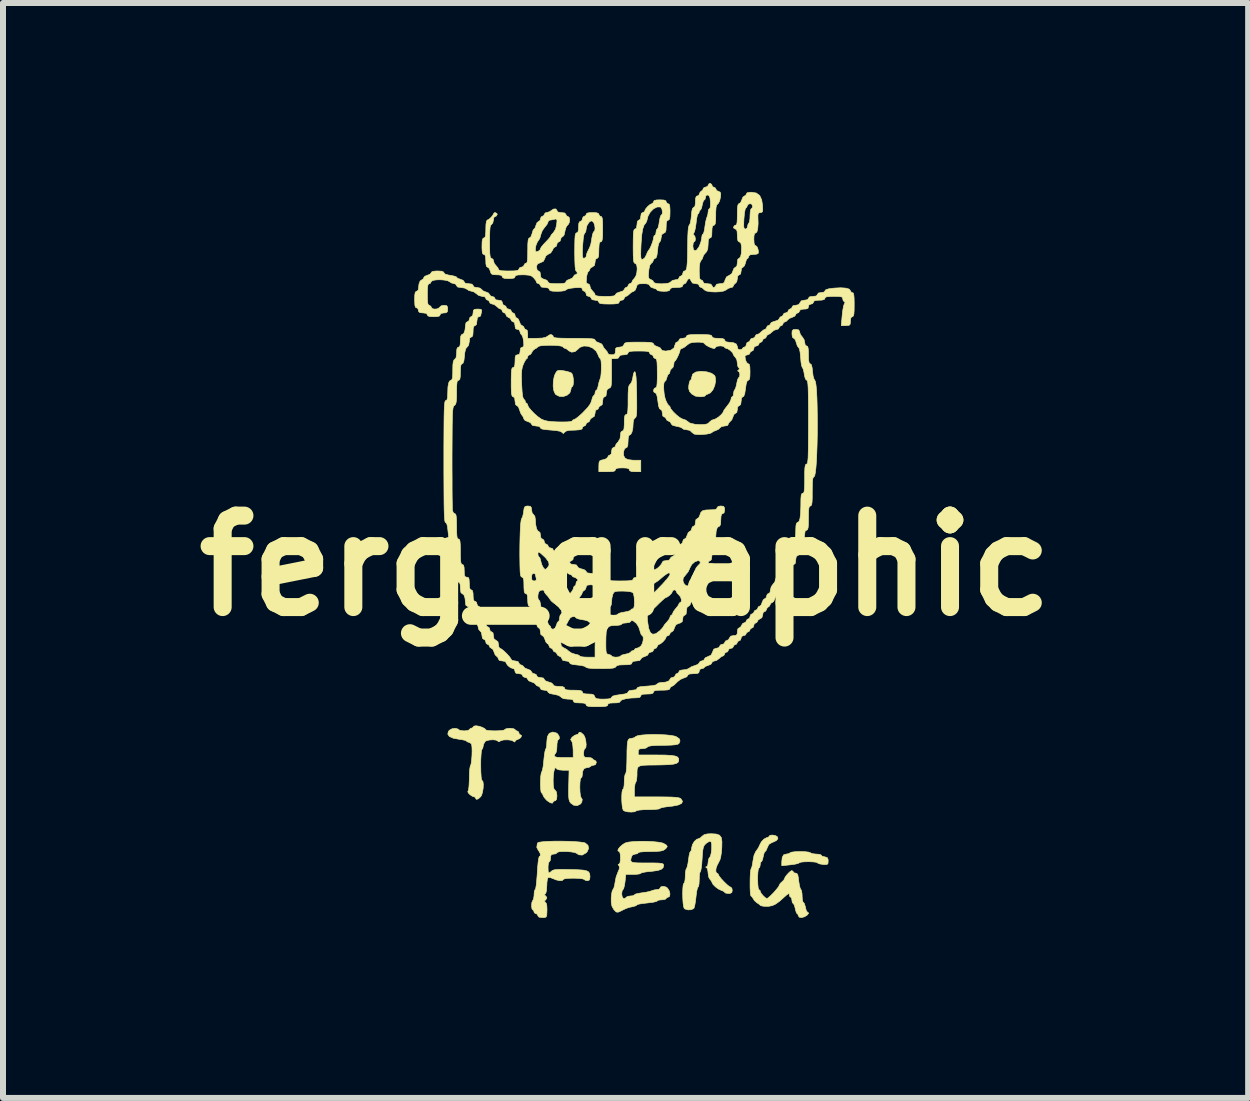
<source format=kicad_pcb>
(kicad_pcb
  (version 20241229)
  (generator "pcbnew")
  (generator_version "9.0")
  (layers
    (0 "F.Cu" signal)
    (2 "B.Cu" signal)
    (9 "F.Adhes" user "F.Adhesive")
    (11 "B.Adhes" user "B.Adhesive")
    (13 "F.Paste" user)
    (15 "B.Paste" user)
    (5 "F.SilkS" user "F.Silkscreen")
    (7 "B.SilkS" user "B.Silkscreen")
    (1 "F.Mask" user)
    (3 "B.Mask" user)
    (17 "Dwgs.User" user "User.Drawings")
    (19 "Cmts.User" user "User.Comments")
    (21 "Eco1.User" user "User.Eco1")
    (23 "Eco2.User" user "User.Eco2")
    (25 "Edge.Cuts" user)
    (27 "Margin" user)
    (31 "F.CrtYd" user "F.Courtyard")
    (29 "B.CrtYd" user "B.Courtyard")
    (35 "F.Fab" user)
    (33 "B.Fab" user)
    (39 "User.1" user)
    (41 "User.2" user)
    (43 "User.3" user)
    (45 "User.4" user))
  (footprint "ferg_graphic"
    (layer "F.Cu")
    (at 7.373 6.376)
    (property "Reference" "ferg_graphic" (at 0 0 0) (layer "F.SilkS") (effects (font (size 1.524 1.524) (thickness 0.3))))
    (attr through_hole)
    (fp_poly (pts (xy -1.031 -3.248) (xy -0.963 -3.234) (xy -0.911 -3.216) (xy -0.896 -3.206) (xy -0.88 -3.172) (xy -0.871 -3.119) (xy -0.868 -3.061) (xy -0.873 -3.011) (xy -0.885 -2.986) (xy -0.889 -2.985) (xy -0.905 -2.967) (xy -0.91 -2.936) (xy -0.928 -2.88) (xy -0.975 -2.84) (xy -1.037 -2.819) (xy -1.103 -2.822) (xy -1.161 -2.851) (xy -1.169 -2.859) (xy -1.194 -2.912) (xy -1.206 -2.989) (xy -1.203 -3.077) (xy -1.187 -3.159) (xy -1.172 -3.195) (xy -1.15 -3.234) (xy -1.126 -3.253) (xy -1.087 -3.255) (xy -1.031 -3.248)) (stroke (width 0.01) (type solid)) (fill yes) (layer "F.SilkS"))
    (fp_poly (pts (xy 1.355 -3.23) (xy 1.434 -3.206) (xy 1.483 -3.17) (xy 1.493 -3.151) (xy 1.501 -3.08) (xy 1.487 -3.003) (xy 1.457 -2.933) (xy 1.415 -2.881) (xy 1.367 -2.858) (xy 1.362 -2.857) (xy 1.336 -2.845) (xy 1.333 -2.836) (xy 1.315 -2.823) (xy 1.267 -2.816) (xy 1.243 -2.815) (xy 1.163 -2.826) (xy 1.101 -2.863) (xy 1.1 -2.865) (xy 1.064 -2.907) (xy 1.052 -2.954) (xy 1.054 -3.002) (xy 1.064 -3.057) (xy 1.077 -3.088) (xy 1.082 -3.09) (xy 1.097 -3.108) (xy 1.101 -3.134) (xy 1.118 -3.192) (xy 1.171 -3.227) (xy 1.255 -3.239) (xy 1.355 -3.23)) (stroke (width 0.01) (type solid)) (fill yes) (layer "F.SilkS"))
    (fp_poly (pts (xy 2.988 4.765) (xy 3.048 4.772) (xy 3.079 4.782) (xy 3.08 4.784) (xy 3.108 4.797) (xy 3.16 4.804) (xy 3.176 4.805) (xy 3.229 4.809) (xy 3.258 4.82) (xy 3.26 4.825) (xy 3.278 4.841) (xy 3.318 4.851) (xy 3.36 4.863) (xy 3.375 4.895) (xy 3.376 4.921) (xy 3.373 4.962) (xy 3.357 4.978) (xy 3.314 4.98) (xy 3.291 4.978) (xy 3.236 4.969) (xy 3.203 4.956) (xy 3.2 4.952) (xy 3.177 4.941) (xy 3.125 4.935) (xy 3.058 4.932) (xy 2.989 4.933) (xy 2.931 4.938) (xy 2.899 4.947) (xy 2.896 4.95) (xy 2.873 4.962) (xy 2.82 4.974) (xy 2.747 4.984) (xy 2.746 4.984) (xy 2.603 4.999) (xy 2.603 4.935) (xy 2.611 4.859) (xy 2.635 4.817) (xy 2.679 4.805) (xy 2.723 4.797) (xy 2.741 4.784) (xy 2.767 4.773) (xy 2.824 4.766) (xy 2.9 4.763) (xy 2.91 4.763) (xy 2.988 4.765)) (stroke (width 0.01) (type solid)) (fill yes) (layer "F.SilkS"))
    (fp_poly (pts (xy 0.166 -3.208) (xy 0.175 -3.144) (xy 0.181 -3.039) (xy 0.185 -2.892) (xy 0.186 -2.85) (xy 0.187 -2.713) (xy 0.187 -2.613) (xy 0.185 -2.544) (xy 0.18 -2.499) (xy 0.172 -2.475) (xy 0.161 -2.464) (xy 0.159 -2.463) (xy 0.135 -2.433) (xy 0.127 -2.382) (xy 0.122 -2.293) (xy 0.107 -2.225) (xy 0.085 -2.186) (xy 0.071 -2.18) (xy 0.053 -2.165) (xy 0.044 -2.118) (xy 0.042 -2.074) (xy 0.038 -2.006) (xy 0.025 -1.973) (xy 0.013 -1.968) (xy -0.015 -1.95) (xy -0.032 -1.904) (xy -0.033 -1.846) (xy -0.029 -1.828) (xy -0.007 -1.791) (xy 0.04 -1.768) (xy 0.12 -1.758) (xy 0.164 -1.757) (xy 0.254 -1.757) (xy 0.254 -1.566) (xy 0.159 -1.566) (xy 0.096 -1.57) (xy 0.067 -1.585) (xy 0.064 -1.598) (xy 0.053 -1.617) (xy 0.016 -1.627) (xy -0.053 -1.63) (xy -0.123 -1.627) (xy -0.159 -1.617) (xy -0.169 -1.598) (xy -0.179 -1.58) (xy -0.211 -1.57) (xy -0.276 -1.567) (xy -0.307 -1.566) (xy -0.445 -1.566) (xy -0.445 -1.659) (xy -0.442 -1.717) (xy -0.429 -1.747) (xy -0.396 -1.761) (xy -0.37 -1.766) (xy -0.318 -1.784) (xy -0.296 -1.809) (xy -0.296 -1.811) (xy -0.279 -1.838) (xy -0.265 -1.841) (xy -0.239 -1.86) (xy -0.233 -1.905) (xy -0.223 -1.955) (xy -0.201 -1.968) (xy -0.173 -1.983) (xy -0.169 -1.996) (xy -0.155 -2.029) (xy -0.127 -2.059) (xy -0.092 -2.116) (xy -0.085 -2.169) (xy -0.078 -2.224) (xy -0.056 -2.244) (xy -0.053 -2.244) (xy -0.035 -2.253) (xy -0.025 -2.286) (xy -0.021 -2.35) (xy -0.021 -2.381) (xy -0.019 -2.458) (xy -0.011 -2.501) (xy 0.003 -2.518) (xy 0.011 -2.519) (xy 0.025 -2.525) (xy 0.034 -2.549) (xy 0.039 -2.597) (xy 0.042 -2.676) (xy 0.042 -2.761) (xy 0.043 -2.869) (xy 0.047 -2.943) (xy 0.054 -2.988) (xy 0.065 -3.013) (xy 0.076 -3.023) (xy 0.101 -3.057) (xy 0.119 -3.122) (xy 0.122 -3.141) (xy 0.133 -3.202) (xy 0.149 -3.231) (xy 0.156 -3.232) (xy 0.166 -3.208)) (stroke (width 0.01) (type solid)) (fill yes) (layer "F.SilkS"))
    (fp_poly (pts (xy 0.569 2.814) (xy 0.672 2.819) (xy 0.76 2.828) (xy 0.825 2.841) (xy 0.843 2.848) (xy 0.895 2.883) (xy 0.908 2.92) (xy 0.891 2.961) (xy 0.871 2.975) (xy 0.827 2.984) (xy 0.753 2.99) (xy 0.643 2.993) (xy 0.623 2.993) (xy 0.505 2.995) (xy 0.426 3.001) (xy 0.38 3.01) (xy 0.365 3.022) (xy 0.34 3.039) (xy 0.291 3.048) (xy 0.284 3.048) (xy 0.235 3.052) (xy 0.215 3.071) (xy 0.212 3.101) (xy 0.212 3.154) (xy 0.52 3.154) (xy 0.658 3.155) (xy 0.758 3.161) (xy 0.826 3.171) (xy 0.867 3.188) (xy 0.885 3.213) (xy 0.886 3.247) (xy 0.885 3.253) (xy 0.874 3.277) (xy 0.846 3.295) (xy 0.796 3.307) (xy 0.72 3.315) (xy 0.611 3.319) (xy 0.494 3.321) (xy 0.376 3.322) (xy 0.293 3.326) (xy 0.239 3.336) (xy 0.208 3.356) (xy 0.194 3.389) (xy 0.191 3.44) (xy 0.191 3.493) (xy 0.186 3.556) (xy 0.176 3.599) (xy 0.169 3.609) (xy 0.158 3.636) (xy 0.15 3.691) (xy 0.148 3.737) (xy 0.148 3.852) (xy 0.52 3.852) (xy 0.662 3.853) (xy 0.766 3.855) (xy 0.84 3.86) (xy 0.887 3.867) (xy 0.915 3.877) (xy 0.922 3.883) (xy 0.949 3.925) (xy 0.935 3.96) (xy 0.879 3.987) (xy 0.783 4.006) (xy 0.734 4.011) (xy 0.657 4.021) (xy 0.6 4.032) (xy 0.573 4.043) (xy 0.572 4.045) (xy 0.552 4.054) (xy 0.499 4.06) (xy 0.424 4.064) (xy 0.382 4.064) (xy 0.297 4.066) (xy 0.228 4.072) (xy 0.187 4.081) (xy 0.18 4.085) (xy 0.15 4.1) (xy 0.095 4.105) (xy 0.034 4.101) (xy -0.017 4.088) (xy -0.037 4.075) (xy -0.05 4.042) (xy -0.058 3.983) (xy -0.063 3.912) (xy -0.063 3.838) (xy -0.059 3.775) (xy -0.051 3.734) (xy -0.042 3.725) (xy -0.031 3.706) (xy -0.023 3.656) (xy -0.021 3.6) (xy -0.018 3.532) (xy -0.009 3.484) (xy -0.000001 3.468) (xy 0.009 3.445) (xy 0.016 3.386) (xy 0.021 3.298) (xy 0.023 3.207) (xy 0.024 3.082) (xy 0.028 2.994) (xy 0.034 2.935) (xy 0.045 2.901) (xy 0.062 2.884) (xy 0.085 2.879) (xy 0.094 2.879) (xy 0.144 2.866) (xy 0.169 2.847) (xy 0.203 2.832) (xy 0.269 2.822) (xy 0.358 2.815) (xy 0.461 2.812) (xy 0.569 2.814)) (stroke (width 0.01) (type solid)) (fill yes) (layer "F.SilkS"))
    (fp_poly (pts (xy -2.441 2.675) (xy -2.387 2.693) (xy -2.344 2.716) (xy -2.328 2.736) (xy -2.309 2.743) (xy -2.257 2.749) (xy -2.184 2.752) (xy -2.17 2.752) (xy -2.09 2.749) (xy -2.034 2.742) (xy -2.011 2.731) (xy -2.011 2.731) (xy -1.992 2.717) (xy -1.945 2.71) (xy -1.926 2.709) (xy -1.873 2.714) (xy -1.844 2.726) (xy -1.841 2.731) (xy -1.824 2.749) (xy -1.81 2.752) (xy -1.782 2.769) (xy -1.778 2.783) (xy -1.767 2.812) (xy -1.757 2.815) (xy -1.735 2.827) (xy -1.739 2.853) (xy -1.764 2.88) (xy -1.789 2.891) (xy -1.828 2.909) (xy -1.841 2.928) (xy -1.851 2.938) (xy -1.867 2.925) (xy -1.906 2.908) (xy -1.967 2.901) (xy -2.031 2.903) (xy -2.08 2.916) (xy -2.089 2.923) (xy -2.114 2.934) (xy -2.126 2.923) (xy -2.157 2.906) (xy -2.212 2.9) (xy -2.274 2.905) (xy -2.324 2.919) (xy -2.34 2.93) (xy -2.366 2.976) (xy -2.371 3.003) (xy -2.38 3.044) (xy -2.392 3.059) (xy -2.401 3.084) (xy -2.407 3.145) (xy -2.412 3.233) (xy -2.413 3.324) (xy -2.411 3.436) (xy -2.406 3.518) (xy -2.399 3.566) (xy -2.392 3.577) (xy -2.376 3.596) (xy -2.37 3.642) (xy -2.372 3.704) (xy -2.382 3.769) (xy -2.398 3.823) (xy -2.412 3.847) (xy -2.451 3.883) (xy -2.483 3.894) (xy -2.498 3.877) (xy -2.498 3.873) (xy -2.514 3.853) (xy -2.521 3.852) (xy -2.554 3.841) (xy -2.592 3.815) (xy -2.621 3.785) (xy -2.629 3.761) (xy -2.625 3.758) (xy -2.615 3.731) (xy -2.608 3.671) (xy -2.604 3.587) (xy -2.603 3.548) (xy -2.601 3.46) (xy -2.596 3.388) (xy -2.588 3.342) (xy -2.584 3.333) (xy -2.573 3.302) (xy -2.565 3.242) (xy -2.559 3.166) (xy -2.557 3.087) (xy -2.559 3.019) (xy -2.566 2.975) (xy -2.569 2.968) (xy -2.602 2.944) (xy -2.615 2.942) (xy -2.643 2.932) (xy -2.646 2.924) (xy -2.665 2.912) (xy -2.715 2.901) (xy -2.774 2.892) (xy -2.872 2.874) (xy -2.936 2.845) (xy -2.962 2.806) (xy -2.951 2.76) (xy -2.933 2.74) (xy -2.891 2.717) (xy -2.839 2.71) (xy -2.795 2.72) (xy -2.783 2.731) (xy -2.756 2.744) (xy -2.703 2.751) (xy -2.687 2.752) (xy -2.634 2.747) (xy -2.605 2.735) (xy -2.603 2.731) (xy -2.586 2.712) (xy -2.572 2.709) (xy -2.544 2.698) (xy -2.54 2.688) (xy -2.522 2.672) (xy -2.491 2.667) (xy -2.441 2.675)) (stroke (width 0.01) (type solid)) (fill yes) (layer "F.SilkS"))
    (fp_poly (pts (xy 1.511 4.471) (xy 1.565 4.49) (xy 1.595 4.529) (xy 1.606 4.597) (xy 1.604 4.698) (xy 1.597 4.781) (xy 1.586 4.853) (xy 1.574 4.898) (xy 1.573 4.9) (xy 1.546 4.954) (xy 1.527 4.99) (xy 1.508 5.043) (xy 1.504 5.091) (xy 1.516 5.12) (xy 1.524 5.122) (xy 1.545 5.138) (xy 1.545 5.144) (xy 1.56 5.172) (xy 1.596 5.218) (xy 1.644 5.269) (xy 1.693 5.316) (xy 1.733 5.348) (xy 1.751 5.355) (xy 1.771 5.373) (xy 1.778 5.408) (xy 1.771 5.446) (xy 1.742 5.46) (xy 1.714 5.461) (xy 1.67 5.456) (xy 1.651 5.442) (xy 1.651 5.442) (xy 1.633 5.424) (xy 1.596 5.41) (xy 1.548 5.387) (xy 1.497 5.35) (xy 1.456 5.308) (xy 1.439 5.274) (xy 1.439 5.274) (xy 1.425 5.246) (xy 1.408 5.228) (xy 1.386 5.189) (xy 1.376 5.129) (xy 1.376 5.122) (xy 1.369 5.067) (xy 1.354 5.033) (xy 1.349 5.031) (xy 1.334 5.021) (xy 1.349 5.018) (xy 1.368 4.998) (xy 1.376 4.947) (xy 1.376 4.944) (xy 1.382 4.893) (xy 1.398 4.865) (xy 1.401 4.864) (xy 1.415 4.839) (xy 1.428 4.785) (xy 1.435 4.724) (xy 1.436 4.642) (xy 1.425 4.599) (xy 1.397 4.593) (xy 1.352 4.62) (xy 1.335 4.635) (xy 1.312 4.659) (xy 1.297 4.692) (xy 1.287 4.742) (xy 1.28 4.819) (xy 1.276 4.883) (xy 1.27 4.972) (xy 1.261 5.043) (xy 1.252 5.088) (xy 1.246 5.098) (xy 1.236 5.121) (xy 1.23 5.174) (xy 1.228 5.23) (xy 1.225 5.296) (xy 1.217 5.342) (xy 1.208 5.355) (xy 1.197 5.375) (xy 1.186 5.426) (xy 1.176 5.5) (xy 1.174 5.519) (xy 1.164 5.601) (xy 1.152 5.668) (xy 1.14 5.707) (xy 1.138 5.71) (xy 1.098 5.731) (xy 1.042 5.735) (xy 0.991 5.72) (xy 0.978 5.711) (xy 0.967 5.68) (xy 0.959 5.622) (xy 0.954 5.547) (xy 0.952 5.466) (xy 0.954 5.39) (xy 0.959 5.329) (xy 0.969 5.295) (xy 0.974 5.292) (xy 0.985 5.273) (xy 0.993 5.223) (xy 0.995 5.176) (xy 0.998 5.11) (xy 1.007 5.063) (xy 1.014 5.049) (xy 1.026 5.023) (xy 1.039 4.968) (xy 1.049 4.9) (xy 1.059 4.83) (xy 1.071 4.78) (xy 1.082 4.763) (xy 1.096 4.744) (xy 1.101 4.704) (xy 1.115 4.647) (xy 1.147 4.593) (xy 1.187 4.558) (xy 1.21 4.551) (xy 1.245 4.536) (xy 1.276 4.508) (xy 1.31 4.482) (xy 1.363 4.469) (xy 1.427 4.466) (xy 1.511 4.471)) (stroke (width 0.01) (type solid)) (fill yes) (layer "F.SilkS"))
    (fp_poly (pts (xy -0.957 4.592) (xy -0.851 4.597) (xy -0.762 4.604) (xy -0.697 4.613) (xy -0.672 4.62) (xy -0.626 4.659) (xy -0.615 4.711) (xy -0.64 4.767) (xy -0.659 4.786) (xy -0.723 4.822) (xy -0.781 4.816) (xy -0.812 4.794) (xy -0.845 4.779) (xy -0.903 4.769) (xy -0.973 4.763) (xy -1.044 4.762) (xy -1.103 4.766) (xy -1.138 4.776) (xy -1.143 4.784) (xy -1.161 4.8) (xy -1.196 4.805) (xy -1.234 4.812) (xy -1.248 4.841) (xy -1.249 4.868) (xy -1.255 4.913) (xy -1.27 4.932) (xy -1.27 4.932) (xy -1.283 4.951) (xy -1.29 4.999) (xy -1.291 5.027) (xy -1.289 5.091) (xy -1.279 5.118) (xy -1.258 5.111) (xy -1.233 5.089) (xy -1.213 5.075) (xy -1.18 5.066) (xy -1.128 5.061) (xy -1.049 5.06) (xy -0.936 5.062) (xy -0.916 5.062) (xy -0.793 5.066) (xy -0.706 5.072) (xy -0.649 5.084) (xy -0.615 5.102) (xy -0.599 5.13) (xy -0.593 5.17) (xy -0.593 5.191) (xy -0.601 5.235) (xy -0.63 5.249) (xy -0.634 5.249) (xy -0.674 5.24) (xy -0.688 5.228) (xy -0.714 5.218) (xy -0.771 5.211) (xy -0.848 5.207) (xy -0.869 5.207) (xy -0.952 5.209) (xy -1.011 5.216) (xy -1.037 5.226) (xy -1.037 5.228) (xy -1.055 5.246) (xy -1.099 5.248) (xy -1.157 5.235) (xy -1.203 5.216) (xy -1.253 5.197) (xy -1.288 5.195) (xy -1.291 5.196) (xy -1.302 5.223) (xy -1.31 5.279) (xy -1.312 5.333) (xy -1.317 5.414) (xy -1.33 5.461) (xy -1.339 5.47) (xy -1.354 5.484) (xy -1.339 5.495) (xy -1.314 5.524) (xy -1.312 5.535) (xy -1.329 5.568) (xy -1.339 5.574) (xy -1.354 5.589) (xy -1.341 5.602) (xy -1.322 5.624) (xy -1.312 5.66) (xy -1.309 5.722) (xy -1.31 5.773) (xy -1.313 5.83) (xy -1.327 5.856) (xy -1.359 5.863) (xy -1.386 5.863) (xy -1.441 5.856) (xy -1.46 5.834) (xy -1.46 5.831) (xy -1.477 5.803) (xy -1.492 5.8) (xy -1.52 5.783) (xy -1.524 5.768) (xy -1.535 5.74) (xy -1.545 5.736) (xy -1.559 5.718) (xy -1.566 5.672) (xy -1.566 5.663) (xy -1.561 5.611) (xy -1.547 5.579) (xy -1.545 5.577) (xy -1.532 5.55) (xy -1.524 5.497) (xy -1.524 5.481) (xy -1.52 5.428) (xy -1.509 5.399) (xy -1.505 5.397) (xy -1.497 5.378) (xy -1.488 5.323) (xy -1.48 5.242) (xy -1.472 5.143) (xy -1.471 5.122) (xy -1.464 5.02) (xy -1.456 4.935) (xy -1.447 4.875) (xy -1.438 4.848) (xy -1.437 4.847) (xy -1.42 4.832) (xy -1.422 4.796) (xy -1.442 4.757) (xy -1.45 4.749) (xy -1.479 4.693) (xy -1.47 4.631) (xy -1.463 4.617) (xy -1.435 4.607) (xy -1.374 4.599) (xy -1.287 4.593) (xy -1.183 4.59) (xy -1.071 4.59) (xy -0.957 4.592)) (stroke (width 0.01) (type solid)) (fill yes) (layer "F.SilkS"))
    (fp_poly (pts (xy -1.155 2.786) (xy -1.131 2.803) (xy -1.107 2.841) (xy -1.102 2.878) (xy -1.116 2.899) (xy -1.122 2.9) (xy -1.134 2.919) (xy -1.142 2.967) (xy -1.143 3.004) (xy -1.147 3.068) (xy -1.157 3.112) (xy -1.164 3.122) (xy -1.184 3.153) (xy -1.185 3.166) (xy -1.176 3.182) (xy -1.143 3.192) (xy -1.078 3.196) (xy -1.029 3.196) (xy -0.872 3.196) (xy -0.873 3.069) (xy -0.879 2.99) (xy -0.891 2.935) (xy -0.902 2.919) (xy -0.915 2.896) (xy -0.897 2.866) (xy -0.888 2.856) (xy -0.846 2.825) (xy -0.815 2.815) (xy -0.787 2.804) (xy -0.783 2.794) (xy -0.771 2.774) (xy -0.74 2.782) (xy -0.701 2.816) (xy -0.697 2.82) (xy -0.676 2.862) (xy -0.662 2.92) (xy -0.656 2.979) (xy -0.66 3.026) (xy -0.675 3.048) (xy -0.677 3.048) (xy -0.691 3.067) (xy -0.698 3.112) (xy -0.699 3.122) (xy -0.695 3.172) (xy -0.677 3.192) (xy -0.63 3.196) (xy -0.624 3.196) (xy -0.575 3.201) (xy -0.551 3.215) (xy -0.55 3.217) (xy -0.533 3.236) (xy -0.519 3.239) (xy -0.493 3.256) (xy -0.487 3.281) (xy -0.502 3.316) (xy -0.528 3.323) (xy -0.568 3.333) (xy -0.582 3.344) (xy -0.611 3.361) (xy -0.645 3.365) (xy -0.691 3.38) (xy -0.715 3.427) (xy -0.72 3.484) (xy -0.727 3.523) (xy -0.741 3.535) (xy -0.752 3.555) (xy -0.759 3.608) (xy -0.762 3.686) (xy -0.762 3.692) (xy -0.759 3.77) (xy -0.752 3.83) (xy -0.742 3.862) (xy -0.741 3.863) (xy -0.721 3.896) (xy -0.73 3.942) (xy -0.75 3.97) (xy -0.804 3.998) (xy -0.864 3.991) (xy -0.916 3.953) (xy -0.932 3.927) (xy -0.943 3.891) (xy -0.948 3.838) (xy -0.949 3.759) (xy -0.947 3.657) (xy -0.941 3.408) (xy -1.04 3.408) (xy -1.107 3.402) (xy -1.145 3.388) (xy -1.15 3.381) (xy -1.166 3.364) (xy -1.181 3.382) (xy -1.194 3.429) (xy -1.203 3.499) (xy -1.206 3.573) (xy -1.204 3.658) (xy -1.196 3.71) (xy -1.182 3.735) (xy -1.175 3.739) (xy -1.151 3.77) (xy -1.143 3.833) (xy -1.149 3.891) (xy -1.167 3.915) (xy -1.175 3.916) (xy -1.203 3.927) (xy -1.206 3.937) (xy -1.22 3.957) (xy -1.255 3.949) (xy -1.305 3.916) (xy -1.318 3.904) (xy -1.356 3.861) (xy -1.375 3.824) (xy -1.376 3.82) (xy -1.388 3.792) (xy -1.397 3.789) (xy -1.408 3.77) (xy -1.414 3.72) (xy -1.418 3.653) (xy -1.417 3.578) (xy -1.413 3.509) (xy -1.405 3.458) (xy -1.397 3.437) (xy -1.385 3.407) (xy -1.373 3.346) (xy -1.364 3.266) (xy -1.362 3.242) (xy -1.353 3.16) (xy -1.343 3.096) (xy -1.333 3.06) (xy -1.33 3.057) (xy -1.32 3.031) (xy -1.313 2.977) (xy -1.312 2.939) (xy -1.303 2.85) (xy -1.272 2.795) (xy -1.22 2.773) (xy -1.206 2.773) (xy -1.155 2.786)) (stroke (width 0.01) (type solid)) (fill yes) (layer "F.SilkS"))
    (fp_poly (pts (xy 2.495 4.496) (xy 2.528 4.514) (xy 2.539 4.548) (xy 2.513 4.58) (xy 2.454 4.608) (xy 2.438 4.613) (xy 2.388 4.644) (xy 2.363 4.695) (xy 2.345 4.741) (xy 2.327 4.762) (xy 2.326 4.763) (xy 2.311 4.781) (xy 2.298 4.828) (xy 2.294 4.847) (xy 2.282 4.9) (xy 2.267 4.93) (xy 2.262 4.932) (xy 2.248 4.95) (xy 2.244 4.985) (xy 2.236 5.025) (xy 2.223 5.038) (xy 2.212 5.058) (xy 2.205 5.112) (xy 2.201 5.194) (xy 2.201 5.218) (xy 2.204 5.305) (xy 2.21 5.367) (xy 2.22 5.396) (xy 2.223 5.397) (xy 2.242 5.414) (xy 2.244 5.426) (xy 2.258 5.457) (xy 2.292 5.498) (xy 2.33 5.533) (xy 2.357 5.546) (xy 2.381 5.531) (xy 2.423 5.493) (xy 2.471 5.444) (xy 2.516 5.392) (xy 2.55 5.349) (xy 2.561 5.326) (xy 2.577 5.295) (xy 2.603 5.271) (xy 2.636 5.239) (xy 2.647 5.218) (xy 2.661 5.186) (xy 2.694 5.144) (xy 2.733 5.104) (xy 2.766 5.081) (xy 2.772 5.08) (xy 2.793 5.095) (xy 2.794 5.101) (xy 2.812 5.119) (xy 2.833 5.122) (xy 2.856 5.129) (xy 2.871 5.156) (xy 2.881 5.211) (xy 2.886 5.255) (xy 2.897 5.325) (xy 2.91 5.375) (xy 2.921 5.394) (xy 2.933 5.417) (xy 2.941 5.469) (xy 2.942 5.505) (xy 2.946 5.565) (xy 2.956 5.603) (xy 2.963 5.609) (xy 2.979 5.628) (xy 2.994 5.675) (xy 2.998 5.694) (xy 3.013 5.751) (xy 3.036 5.778) (xy 3.04 5.779) (xy 3.052 5.788) (xy 3.03 5.818) (xy 3.027 5.821) (xy 2.982 5.85) (xy 2.933 5.863) (xy 2.894 5.856) (xy 2.879 5.831) (xy 2.869 5.803) (xy 2.86 5.8) (xy 2.846 5.781) (xy 2.832 5.734) (xy 2.828 5.715) (xy 2.815 5.662) (xy 2.799 5.633) (xy 2.794 5.63) (xy 2.778 5.612) (xy 2.773 5.577) (xy 2.766 5.538) (xy 2.752 5.524) (xy 2.733 5.507) (xy 2.731 5.493) (xy 2.727 5.467) (xy 2.712 5.466) (xy 2.677 5.492) (xy 2.647 5.519) (xy 2.565 5.592) (xy 2.501 5.638) (xy 2.445 5.664) (xy 2.388 5.675) (xy 2.359 5.676) (xy 2.297 5.674) (xy 2.255 5.665) (xy 2.247 5.66) (xy 2.218 5.635) (xy 2.191 5.618) (xy 2.148 5.58) (xy 2.128 5.549) (xy 2.105 5.514) (xy 2.09 5.503) (xy 2.083 5.484) (xy 2.078 5.433) (xy 2.075 5.361) (xy 2.075 5.278) (xy 2.076 5.194) (xy 2.08 5.122) (xy 2.086 5.07) (xy 2.092 5.05) (xy 2.104 5.024) (xy 2.116 4.97) (xy 2.123 4.919) (xy 2.141 4.826) (xy 2.17 4.762) (xy 2.176 4.755) (xy 2.214 4.701) (xy 2.234 4.657) (xy 2.263 4.601) (xy 2.308 4.554) (xy 2.355 4.53) (xy 2.363 4.53) (xy 2.389 4.517) (xy 2.392 4.508) (xy 2.409 4.492) (xy 2.449 4.488) (xy 2.495 4.496)) (stroke (width 0.01) (type solid)) (fill yes) (layer "F.SilkS"))
    (fp_poly (pts (xy 0.34 4.592) (xy 0.448 4.597) (xy 0.542 4.606) (xy 0.611 4.619) (xy 0.632 4.626) (xy 0.682 4.656) (xy 0.695 4.681) (xy 0.673 4.711) (xy 0.656 4.726) (xy 0.626 4.744) (xy 0.58 4.755) (xy 0.509 4.761) (xy 0.413 4.763) (xy 0.318 4.765) (xy 0.25 4.77) (xy 0.215 4.779) (xy 0.212 4.784) (xy 0.194 4.8) (xy 0.161 4.805) (xy 0.115 4.821) (xy 0.098 4.852) (xy 0.088 4.893) (xy 0.088 4.92) (xy 0.104 4.938) (xy 0.141 4.948) (xy 0.207 4.952) (xy 0.306 4.953) (xy 0.36 4.953) (xy 0.472 4.953) (xy 0.549 4.955) (xy 0.597 4.96) (xy 0.623 4.968) (xy 0.633 4.98) (xy 0.635 4.993) (xy 0.626 5.032) (xy 0.594 5.06) (xy 0.534 5.079) (xy 0.439 5.092) (xy 0.416 5.094) (xy 0.339 5.102) (xy 0.282 5.113) (xy 0.255 5.123) (xy 0.254 5.125) (xy 0.235 5.135) (xy 0.185 5.142) (xy 0.13 5.144) (xy 0.005 5.144) (xy -0.009 5.271) (xy -0.02 5.337) (xy -0.033 5.383) (xy -0.043 5.397) (xy -0.057 5.416) (xy -0.063 5.462) (xy -0.064 5.472) (xy -0.054 5.524) (xy -0.03 5.548) (xy -0.001 5.539) (xy 0.011 5.524) (xy 0.039 5.509) (xy 0.086 5.503) (xy 0.13 5.498) (xy 0.148 5.484) (xy 0.167 5.471) (xy 0.217 5.459) (xy 0.27 5.451) (xy 0.343 5.44) (xy 0.403 5.427) (xy 0.428 5.418) (xy 0.479 5.402) (xy 0.518 5.397) (xy 0.558 5.391) (xy 0.572 5.378) (xy 0.588 5.351) (xy 0.627 5.343) (xy 0.672 5.353) (xy 0.7 5.373) (xy 0.729 5.42) (xy 0.74 5.469) (xy 0.734 5.509) (xy 0.709 5.524) (xy 0.681 5.536) (xy 0.677 5.546) (xy 0.659 5.56) (xy 0.613 5.567) (xy 0.603 5.567) (xy 0.554 5.572) (xy 0.53 5.583) (xy 0.529 5.586) (xy 0.51 5.596) (xy 0.458 5.608) (xy 0.384 5.617) (xy 0.36 5.62) (xy 0.281 5.629) (xy 0.222 5.639) (xy 0.192 5.649) (xy 0.191 5.651) (xy 0.172 5.666) (xy 0.126 5.68) (xy 0.114 5.682) (xy 0.059 5.694) (xy 0.012 5.71) (xy -0.046 5.737) (xy -0.079 5.754) (xy -0.126 5.774) (xy -0.157 5.769) (xy -0.191 5.734) (xy -0.201 5.72) (xy -0.227 5.672) (xy -0.238 5.611) (xy -0.239 5.537) (xy -0.232 5.467) (xy -0.221 5.416) (xy -0.21 5.397) (xy -0.194 5.368) (xy -0.18 5.314) (xy -0.177 5.289) (xy -0.157 5.186) (xy -0.119 5.086) (xy -0.105 5.056) (xy -0.102 5.014) (xy -0.112 4.998) (xy -0.124 4.978) (xy -0.11 4.974) (xy -0.093 4.954) (xy -0.085 4.896) (xy -0.085 4.868) (xy -0.088 4.808) (xy -0.098 4.77) (xy -0.106 4.763) (xy -0.128 4.751) (xy -0.122 4.723) (xy -0.092 4.685) (xy -0.046 4.645) (xy -0.005 4.62) (xy 0.046 4.606) (xy 0.128 4.597) (xy 0.23 4.592) (xy 0.34 4.592)) (stroke (width 0.01) (type solid)) (fill yes) (layer "F.SilkS"))
    (fp_poly (pts (xy 1.632 -0.99) (xy 1.649 -0.965) (xy 1.651 -0.931) (xy 1.642 -0.881) (xy 1.619 -0.868) (xy 1.599 -0.857) (xy 1.59 -0.817) (xy 1.587 -0.762) (xy 1.584 -0.693) (xy 1.57 -0.661) (xy 1.558 -0.656) (xy 1.529 -0.636) (xy 1.51 -0.576) (xy 1.503 -0.479) (xy 1.503 -0.471) (xy 1.498 -0.41) (xy 1.482 -0.384) (xy 1.471 -0.381) (xy 1.454 -0.372) (xy 1.444 -0.341) (xy 1.44 -0.279) (xy 1.439 -0.233) (xy 1.437 -0.152) (xy 1.431 -0.106) (xy 1.418 -0.087) (xy 1.408 -0.085) (xy 1.382 -0.066) (xy 1.376 -0.021) (xy 1.367 0.029) (xy 1.346 0.055) (xy 1.319 0.083) (xy 1.302 0.123) (xy 1.284 0.17) (xy 1.266 0.193) (xy 1.251 0.22) (xy 1.237 0.275) (xy 1.233 0.304) (xy 1.22 0.372) (xy 1.199 0.401) (xy 1.193 0.402) (xy 1.171 0.422) (xy 1.164 0.476) (xy 1.157 0.532) (xy 1.134 0.55) (xy 1.109 0.569) (xy 1.09 0.613) (xy 1.09 0.614) (xy 1.072 0.658) (xy 1.047 0.677) (xy 1.046 0.677) (xy 1.023 0.696) (xy 1.016 0.751) (xy 1.009 0.806) (xy 0.987 0.825) (xy 0.984 0.826) (xy 0.959 0.844) (xy 0.953 0.886) (xy 0.945 0.932) (xy 0.913 0.954) (xy 0.891 0.96) (xy 0.842 0.981) (xy 0.817 1.027) (xy 0.815 1.036) (xy 0.797 1.081) (xy 0.772 1.101) (xy 0.771 1.101) (xy 0.744 1.118) (xy 0.741 1.132) (xy 0.724 1.16) (xy 0.709 1.164) (xy 0.681 1.177) (xy 0.677 1.188) (xy 0.662 1.222) (xy 0.627 1.264) (xy 0.585 1.299) (xy 0.556 1.312) (xy 0.532 1.329) (xy 0.529 1.344) (xy 0.512 1.372) (xy 0.497 1.376) (xy 0.469 1.393) (xy 0.466 1.408) (xy 0.448 1.433) (xy 0.423 1.439) (xy 0.389 1.452) (xy 0.381 1.469) (xy 0.363 1.495) (xy 0.318 1.513) (xy 0.318 1.513) (xy 0.273 1.532) (xy 0.254 1.557) (xy 0.254 1.557) (xy 0.235 1.58) (xy 0.18 1.587) (xy 0.125 1.594) (xy 0.106 1.616) (xy 0.106 1.619) (xy 0.096 1.638) (xy 0.062 1.648) (xy -0.006 1.651) (xy -0.022 1.651) (xy -0.101 1.654) (xy -0.145 1.666) (xy -0.162 1.683) (xy -0.175 1.697) (xy -0.206 1.706) (xy -0.263 1.712) (xy -0.351 1.714) (xy -0.413 1.714) (xy -0.533 1.713) (xy -0.612 1.707) (xy -0.654 1.697) (xy -0.661 1.69) (xy -0.685 1.675) (xy -0.74 1.662) (xy -0.8 1.655) (xy -0.88 1.646) (xy -0.922 1.632) (xy -0.931 1.617) (xy -0.95 1.594) (xy -0.995 1.587) (xy -1.044 1.579) (xy -1.058 1.554) (xy -1.076 1.522) (xy -1.101 1.509) (xy -1.135 1.488) (xy -1.143 1.469) (xy -1.16 1.443) (xy -1.175 1.439) (xy -1.203 1.422) (xy -1.206 1.408) (xy -1.223 1.38) (xy -1.238 1.376) (xy -1.266 1.359) (xy -1.27 1.343) (xy -1.287 1.308) (xy -1.3 1.299) (xy -1.31 1.29) (xy -1.079 1.29) (xy -1.069 1.341) (xy -1.032 1.367) (xy -1.032 1.367) (xy -0.98 1.395) (xy -0.949 1.422) (xy -0.905 1.453) (xy -0.843 1.474) (xy -0.838 1.475) (xy -0.788 1.487) (xy -0.763 1.503) (xy -0.762 1.506) (xy -0.743 1.515) (xy -0.693 1.522) (xy -0.635 1.524) (xy -0.508 1.524) (xy -0.508 1.344) (xy -0.506 1.268) (xy -0.328 1.268) (xy -0.328 1.362) (xy -0.325 1.422) (xy -0.318 1.455) (xy -0.305 1.471) (xy -0.284 1.477) (xy -0.28 1.478) (xy -0.243 1.491) (xy -0.233 1.504) (xy -0.214 1.517) (xy -0.168 1.524) (xy -0.159 1.524) (xy -0.11 1.519) (xy -0.085 1.508) (xy -0.085 1.506) (xy -0.066 1.491) (xy -0.019 1.477) (xy 0 1.474) (xy 0.053 1.46) (xy 0.082 1.444) (xy 0.085 1.439) (xy 0.102 1.421) (xy 0.116 1.418) (xy 0.145 1.407) (xy 0.148 1.397) (xy 0.166 1.379) (xy 0.186 1.376) (xy 0.227 1.361) (xy 0.26 1.333) (xy 0.282 1.292) (xy 0.294 1.24) (xy 0.295 1.193) (xy 0.283 1.166) (xy 0.276 1.164) (xy 0.26 1.146) (xy 0.244 1.1) (xy 0.241 1.086) (xy 0.218 1.019) (xy 0.181 0.962) (xy 0.178 0.959) (xy 0.131 0.921) (xy 0.098 0.911) (xy 0.085 0.931) (xy 0.085 0.931) (xy 0.066 0.945) (xy 0.02 0.952) (xy 0.011 0.953) (xy -0.038 0.958) (xy -0.063 0.971) (xy -0.064 0.974) (xy -0.083 0.986) (xy -0.131 0.994) (xy -0.167 0.995) (xy -0.233 0.998) (xy -0.278 1.014) (xy -0.307 1.047) (xy -0.322 1.106) (xy -0.327 1.196) (xy -0.328 1.268) (xy -0.506 1.268) (xy -0.506 1.256) (xy -0.499 1.194) (xy -0.49 1.165) (xy -0.487 1.164) (xy -0.475 1.145) (xy -0.467 1.096) (xy -0.466 1.058) (xy -0.466 0.953) (xy -0.54 0.953) (xy -0.589 0.948) (xy -0.613 0.936) (xy -0.614 0.933) (xy -0.633 0.92) (xy -0.681 0.906) (xy -0.72 0.9) (xy -0.78 0.888) (xy -0.818 0.874) (xy -0.826 0.866) (xy -0.843 0.851) (xy -0.873 0.847) (xy -0.917 0.863) (xy -0.951 0.915) (xy -0.977 0.965) (xy -0.999 0.996) (xy -1.001 0.998) (xy -1.015 1.025) (xy -1.027 1.08) (xy -1.032 1.12) (xy -1.041 1.181) (xy -1.053 1.22) (xy -1.061 1.228) (xy -1.074 1.246) (xy -1.079 1.29) (xy -1.31 1.29) (xy -1.327 1.272) (xy -1.344 1.226) (xy -1.363 1.182) (xy -1.388 1.164) (xy -1.412 1.145) (xy -1.418 1.101) (xy -1.427 1.052) (xy -1.447 1.037) (xy -1.469 1.017) (xy -1.485 0.957) (xy -1.487 0.939) (xy -1.498 0.878) (xy -1.512 0.837) (xy -1.519 0.828) (xy -1.538 0.8) (xy -1.554 0.75) (xy -1.555 0.746) (xy -1.573 0.699) (xy -1.598 0.677) (xy -1.6 0.677) (xy -1.619 0.664) (xy -1.628 0.62) (xy -1.63 0.572) (xy -1.632 0.53) (xy -1.461 0.53) (xy -1.453 0.564) (xy -1.442 0.572) (xy -1.429 0.59) (xy -1.417 0.638) (xy -1.413 0.667) (xy -1.394 0.745) (xy -1.363 0.798) (xy -1.36 0.8) (xy -1.329 0.845) (xy -1.306 0.907) (xy -1.304 0.915) (xy -1.29 0.966) (xy -1.273 0.993) (xy -1.269 0.995) (xy -1.251 1.012) (xy -1.249 1.027) (xy -1.231 1.053) (xy -1.208 1.058) (xy -1.172 1.041) (xy -1.154 0.995) (xy -1.138 0.95) (xy -1.121 0.931) (xy -1.12 0.931) (xy -1.105 0.913) (xy -1.101 0.88) (xy -1.093 0.835) (xy -1.091 0.832) (xy 0.362 0.832) (xy 0.365 0.903) (xy 0.368 0.933) (xy 0.385 1.043) (xy 0.413 1.113) (xy 0.453 1.142) (xy 0.505 1.133) (xy 0.57 1.084) (xy 0.572 1.083) (xy 0.611 1.042) (xy 0.633 1.012) (xy 0.635 1.007) (xy 0.649 0.984) (xy 0.682 0.946) (xy 0.688 0.94) (xy 0.724 0.896) (xy 0.741 0.859) (xy 0.741 0.856) (xy 0.753 0.829) (xy 0.762 0.826) (xy 0.782 0.809) (xy 0.783 0.799) (xy 0.797 0.767) (xy 0.829 0.722) (xy 0.836 0.715) (xy 0.871 0.672) (xy 0.889 0.639) (xy 0.889 0.636) (xy 0.905 0.615) (xy 0.91 0.614) (xy 0.929 0.598) (xy 0.93 0.561) (xy 0.915 0.518) (xy 0.889 0.487) (xy 0.856 0.453) (xy 0.847 0.429) (xy 0.83 0.405) (xy 0.815 0.402) (xy 0.787 0.415) (xy 0.783 0.426) (xy 0.768 0.457) (xy 0.733 0.494) (xy 0.694 0.522) (xy 0.674 0.529) (xy 0.651 0.543) (xy 0.608 0.581) (xy 0.551 0.635) (xy 0.531 0.656) (xy 0.471 0.714) (xy 0.42 0.759) (xy 0.386 0.782) (xy 0.38 0.783) (xy 0.367 0.794) (xy 0.362 0.832) (xy -1.091 0.832) (xy -1.079 0.815) (xy -1.06 0.783) (xy -1.073 0.737) (xy -1.113 0.685) (xy -1.146 0.659) (xy -0.818 0.659) (xy -0.799 0.677) (xy -0.796 0.677) (xy -0.766 0.688) (xy -0.762 0.699) (xy -0.744 0.714) (xy -0.709 0.72) (xy -0.669 0.726) (xy -0.656 0.739) (xy -0.636 0.757) (xy -0.577 0.771) (xy -0.492 0.78) (xy -0.453 0.771) (xy -0.445 0.751) (xy -0.275 0.751) (xy -0.272 0.801) (xy -0.253 0.821) (xy -0.207 0.825) (xy -0.201 0.826) (xy -0.152 0.821) (xy -0.128 0.809) (xy -0.127 0.806) (xy -0.108 0.793) (xy -0.06 0.779) (xy -0.021 0.773) (xy 0.039 0.761) (xy 0.077 0.747) (xy 0.085 0.739) (xy 0.102 0.722) (xy 0.116 0.72) (xy 0.135 0.71) (xy 0.145 0.674) (xy 0.148 0.606) (xy 0.148 0.597) (xy 0.144 0.526) (xy 0.136 0.482) (xy 0.275 0.482) (xy 0.279 0.537) (xy 0.294 0.566) (xy 0.322 0.569) (xy 0.367 0.544) (xy 0.433 0.489) (xy 0.522 0.404) (xy 0.547 0.378) (xy 0.62 0.302) (xy 0.664 0.252) (xy 0.956 0.252) (xy 0.974 0.298) (xy 1.004 0.33) (xy 1.036 0.337) (xy 1.057 0.319) (xy 1.058 0.307) (xy 1.07 0.279) (xy 1.079 0.275) (xy 1.096 0.257) (xy 1.101 0.223) (xy 1.108 0.179) (xy 1.12 0.16) (xy 1.139 0.132) (xy 1.153 0.089) (xy 1.177 0.034) (xy 1.207 -0.001) (xy 1.242 -0.037) (xy 1.245 -0.069) (xy 1.217 -0.084) (xy 1.21 -0.085) (xy 1.155 -0.066) (xy 1.103 -0.02) (xy 1.07 0.041) (xy 1.069 0.047) (xy 1.043 0.101) (xy 1.004 0.15) (xy 0.962 0.202) (xy 0.956 0.252) (xy 0.664 0.252) (xy 0.681 0.234) (xy 0.723 0.18) (xy 0.741 0.147) (xy 0.741 0.145) (xy 0.736 0.119) (xy 0.714 0.121) (xy 0.693 0.132) (xy 0.641 0.168) (xy 0.602 0.201) (xy 0.547 0.248) (xy 0.481 0.291) (xy 0.402 0.332) (xy 0.331 0.372) (xy 0.292 0.411) (xy 0.276 0.457) (xy 0.275 0.482) (xy 0.136 0.482) (xy 0.133 0.47) (xy 0.123 0.449) (xy 0.088 0.435) (xy 0.022 0.426) (xy -0.047 0.423) (xy -0.124 0.424) (xy -0.17 0.43) (xy -0.194 0.444) (xy -0.209 0.47) (xy -0.212 0.478) (xy -0.227 0.538) (xy -0.233 0.605) (xy -0.238 0.653) (xy -0.252 0.677) (xy -0.254 0.677) (xy -0.268 0.696) (xy -0.275 0.742) (xy -0.275 0.751) (xy -0.445 0.751) (xy -0.433 0.723) (xy -0.423 0.72) (xy -0.41 0.701) (xy -0.403 0.654) (xy -0.402 0.636) (xy -0.397 0.58) (xy -0.385 0.544) (xy -0.381 0.54) (xy -0.363 0.507) (xy -0.362 0.456) (xy -0.378 0.407) (xy -0.39 0.39) (xy -0.436 0.365) (xy -0.464 0.36) (xy -0.499 0.351) (xy -0.508 0.339) (xy -0.527 0.325) (xy -0.572 0.318) (xy -0.582 0.318) (xy -0.634 0.323) (xy -0.654 0.341) (xy -0.656 0.358) (xy -0.671 0.397) (xy -0.688 0.41) (xy -0.716 0.434) (xy -0.72 0.448) (xy -0.733 0.481) (xy -0.76 0.517) (xy -0.796 0.567) (xy -0.816 0.619) (xy -0.818 0.659) (xy -1.146 0.659) (xy -1.175 0.635) (xy -1.196 0.623) (xy -1.24 0.585) (xy -1.258 0.56) (xy -1.293 0.511) (xy -1.318 0.485) (xy -1.347 0.448) (xy -1.355 0.426) (xy -1.369 0.404) (xy -1.412 0.41) (xy -1.427 0.415) (xy -1.447 0.439) (xy -1.459 0.483) (xy -1.461 0.53) (xy -1.632 0.53) (xy -1.633 0.505) (xy -1.645 0.472) (xy -1.662 0.466) (xy -1.679 0.456) (xy -1.689 0.424) (xy -1.693 0.359) (xy -1.693 0.328) (xy -1.695 0.251) (xy -1.703 0.208) (xy -1.718 0.192) (xy -1.725 0.191) (xy -1.566 0.191) (xy -1.56 0.237) (xy -1.536 0.253) (xy -1.522 0.254) (xy -1.489 0.246) (xy -1.489 0.233) (xy -1.234 0.233) (xy -1.23 0.263) (xy -1.217 0.29) (xy -1.195 0.337) (xy -1.185 0.367) (xy -1.185 0.367) (xy -1.171 0.395) (xy -1.133 0.438) (xy -1.086 0.484) (xy -1.039 0.523) (xy -1.004 0.543) (xy -0.997 0.544) (xy -0.964 0.524) (xy -0.944 0.498) (xy -0.913 0.451) (xy -0.894 0.428) (xy -0.871 0.388) (xy -0.868 0.369) (xy -0.856 0.342) (xy -0.847 0.339) (xy -0.829 0.321) (xy -0.826 0.296) (xy -0.816 0.262) (xy -0.802 0.254) (xy -0.791 0.244) (xy -0.804 0.222) (xy -0.84 0.195) (xy -0.86 0.191) (xy -0.886 0.178) (xy -0.889 0.169) (xy -0.906 0.15) (xy -0.918 0.148) (xy -0.955 0.133) (xy -0.974 0.116) (xy -1.022 0.087) (xy -1.083 0.096) (xy -1.153 0.14) (xy -1.172 0.158) (xy -1.216 0.203) (xy -1.234 0.233) (xy -1.489 0.233) (xy -1.487 0.215) (xy -1.489 0.206) (xy -1.5 0.162) (xy -1.503 0.143) (xy -1.52 0.129) (xy -1.535 0.127) (xy -1.56 0.146) (xy -1.566 0.191) (xy -1.725 0.191) (xy -1.74 0.183) (xy -1.75 0.157) (xy -1.756 0.105) (xy -1.759 0.02) (xy -1.76 -0.026) (xy -1.762 -0.185) (xy -1.762 -0.191) (xy -1.46 -0.191) (xy -1.453 -0.156) (xy -1.442 -0.148) (xy -1.427 -0.13) (xy -1.413 -0.084) (xy -1.412 -0.075) (xy -1.395 -0.016) (xy -1.369 0.035) (xy -1.342 0.062) (xy -1.337 0.063) (xy -1.319 0.05) (xy -1.3 0.033) (xy -1.273 -0.013) (xy -1.282 -0.065) (xy -1.329 -0.128) (xy -1.354 -0.153) (xy -1.41 -0.204) (xy -1.442 -0.227) (xy -1.456 -0.224) (xy -1.46 -0.199) (xy -1.46 -0.191) (xy -1.762 -0.191) (xy -1.761 -0.337) (xy -1.758 -0.476) (xy -1.754 -0.596) (xy -1.748 -0.691) (xy -1.74 -0.756) (xy -1.731 -0.785) (xy -1.731 -0.786) (xy -1.716 -0.813) (xy -1.703 -0.867) (xy -1.699 -0.897) (xy -1.69 -0.957) (xy -1.675 -0.985) (xy -1.647 -0.994) (xy -1.627 -0.995) (xy -1.584 -0.989) (xy -1.568 -0.964) (xy -1.566 -0.931) (xy -1.556 -0.879) (xy -1.535 -0.854) (xy -1.511 -0.824) (xy -1.503 -0.773) (xy -1.497 -0.685) (xy -1.483 -0.617) (xy -1.461 -0.578) (xy -1.447 -0.572) (xy -1.425 -0.552) (xy -1.418 -0.508) (xy -1.409 -0.458) (xy -1.386 -0.445) (xy -1.361 -0.427) (xy -1.355 -0.402) (xy -1.341 -0.368) (xy -1.323 -0.36) (xy -1.295 -0.343) (xy -1.291 -0.328) (xy -1.274 -0.302) (xy -1.249 -0.296) (xy -1.214 -0.283) (xy -1.206 -0.265) (xy -1.19 -0.237) (xy -1.175 -0.233) (xy -1.147 -0.216) (xy -1.143 -0.201) (xy -1.127 -0.178) (xy -1.076 -0.169) (xy -1.069 -0.169) (xy -1.014 -0.176) (xy -0.995 -0.198) (xy -0.995 -0.201) (xy -0.976 -0.226) (xy -0.931 -0.233) (xy -0.889 -0.229) (xy -0.871 -0.208) (xy -0.868 -0.159) (xy -0.875 -0.104) (xy -0.897 -0.085) (xy -0.9 -0.085) (xy -0.928 -0.068) (xy -0.931 -0.053) (xy -0.912 -0.028) (xy -0.868 -0.021) (xy -0.818 -0.012) (xy -0.804 0.01) (xy -0.785 0.035) (xy -0.734 0.054) (xy -0.73 0.054) (xy -0.68 0.071) (xy -0.656 0.095) (xy -0.656 0.098) (xy -0.637 0.12) (xy -0.582 0.127) (xy -0.527 0.134) (xy -0.508 0.156) (xy -0.508 0.159) (xy -0.497 0.179) (xy -0.457 0.188) (xy -0.402 0.191) (xy -0.336 0.194) (xy -0.303 0.206) (xy -0.296 0.222) (xy -0.289 0.237) (xy -0.264 0.247) (xy -0.212 0.252) (xy -0.129 0.254) (xy -0.085 0.254) (xy 0.014 0.253) (xy 0.077 0.249) (xy 0.112 0.241) (xy 0.126 0.229) (xy 0.127 0.222) (xy 0.137 0.204) (xy 0.171 0.194) (xy 0.239 0.191) (xy 0.254 0.191) (xy 0.328 0.188) (xy 0.367 0.179) (xy 0.381 0.163) (xy 0.381 0.159) (xy 0.399 0.133) (xy 0.423 0.127) (xy 0.458 0.114) (xy 0.466 0.095) (xy 0.48 0.067) (xy 0.492 0.063) (xy 0.526 0.047) (xy 0.567 0.011) (xy 0.601 -0.031) (xy 0.614 -0.061) (xy 0.632 -0.078) (xy 0.677 -0.085) (xy 0.677 -0.085) (xy 0.726 -0.093) (xy 0.741 -0.114) (xy 0.759 -0.142) (xy 0.783 -0.154) (xy 0.816 -0.177) (xy 0.825 -0.228) (xy 0.826 -0.231) (xy 0.834 -0.282) (xy 0.857 -0.296) (xy 0.885 -0.313) (xy 0.889 -0.328) (xy 0.906 -0.356) (xy 0.921 -0.36) (xy 0.947 -0.377) (xy 0.953 -0.402) (xy 0.965 -0.436) (xy 0.983 -0.445) (xy 1.008 -0.463) (xy 1.026 -0.507) (xy 1.027 -0.508) (xy 1.045 -0.553) (xy 1.07 -0.571) (xy 1.071 -0.572) (xy 1.095 -0.589) (xy 1.101 -0.614) (xy 1.114 -0.648) (xy 1.132 -0.656) (xy 1.158 -0.675) (xy 1.164 -0.72) (xy 1.173 -0.769) (xy 1.194 -0.783) (xy 1.22 -0.801) (xy 1.238 -0.841) (xy 1.255 -0.888) (xy 1.285 -0.916) (xy 1.337 -0.928) (xy 1.413 -0.931) (xy 1.481 -0.934) (xy 1.516 -0.945) (xy 1.524 -0.963) (xy 1.543 -0.988) (xy 1.587 -0.995) (xy 1.632 -0.99)) (stroke (width 0.01) (type solid)) (fill yes) (layer "F.SilkS"))
    (fp_poly (pts (xy -2.414 -4.273) (xy -2.396 -4.259) (xy -2.4 -4.228) (xy -2.41 -4.184) (xy -2.413 -4.165) (xy -2.43 -4.15) (xy -2.445 -4.149) (xy -2.468 -4.133) (xy -2.476 -4.081) (xy -2.477 -4.075) (xy -2.483 -4.02) (xy -2.505 -4.001) (xy -2.508 -4) (xy -2.529 -3.988) (xy -2.539 -3.946) (xy -2.54 -3.905) (xy -2.544 -3.842) (xy -2.558 -3.814) (xy -2.572 -3.81) (xy -2.595 -3.794) (xy -2.603 -3.742) (xy -2.603 -3.737) (xy -2.615 -3.673) (xy -2.639 -3.644) (xy -2.663 -3.615) (xy -2.678 -3.554) (xy -2.684 -3.495) (xy -2.693 -3.416) (xy -2.708 -3.374) (xy -2.722 -3.365) (xy -2.739 -3.354) (xy -2.749 -3.314) (xy -2.752 -3.239) (xy -2.752 -3.228) (xy -2.754 -3.151) (xy -2.761 -3.108) (xy -2.776 -3.091) (xy -2.783 -3.09) (xy -2.799 -3.083) (xy -2.808 -3.057) (xy -2.813 -3.004) (xy -2.815 -2.918) (xy -2.815 -2.89) (xy -2.816 -2.794) (xy -2.821 -2.731) (xy -2.83 -2.694) (xy -2.845 -2.674) (xy -2.852 -2.67) (xy -2.862 -2.662) (xy -2.869 -2.647) (xy -2.875 -2.623) (xy -2.88 -2.583) (xy -2.884 -2.525) (xy -2.886 -2.445) (xy -2.888 -2.339) (xy -2.889 -2.202) (xy -2.89 -2.031) (xy -2.891 -1.822) (xy -2.891 -1.806) (xy -2.891 -1.619) (xy -2.89 -1.445) (xy -2.89 -1.287) (xy -2.889 -1.151) (xy -2.887 -1.041) (xy -2.886 -0.963) (xy -2.884 -0.92) (xy -2.883 -0.915) (xy -2.865 -0.878) (xy -2.845 -0.868) (xy -2.831 -0.859) (xy -2.822 -0.828) (xy -2.817 -0.769) (xy -2.815 -0.675) (xy -2.815 -0.656) (xy -2.814 -0.557) (xy -2.81 -0.494) (xy -2.803 -0.459) (xy -2.79 -0.446) (xy -2.783 -0.445) (xy -2.769 -0.438) (xy -2.759 -0.412) (xy -2.754 -0.361) (xy -2.752 -0.277) (xy -2.752 -0.233) (xy -2.751 -0.134) (xy -2.747 -0.071) (xy -2.739 -0.036) (xy -2.727 -0.022) (xy -2.72 -0.021) (xy -2.7 -0.01) (xy -2.69 0.029) (xy -2.688 0.085) (xy -2.686 0.148) (xy -2.676 0.18) (xy -2.656 0.19) (xy -2.646 0.191) (xy -2.62 0.196) (xy -2.608 0.22) (xy -2.604 0.272) (xy -2.603 0.296) (xy -2.6 0.363) (xy -2.588 0.395) (xy -2.572 0.402) (xy -2.551 0.415) (xy -2.541 0.457) (xy -2.54 0.497) (xy -2.536 0.56) (xy -2.522 0.589) (xy -2.508 0.593) (xy -2.482 0.61) (xy -2.477 0.635) (xy -2.463 0.669) (xy -2.445 0.677) (xy -2.42 0.696) (xy -2.413 0.743) (xy -2.404 0.795) (xy -2.372 0.819) (xy -2.371 0.819) (xy -2.343 0.835) (xy -2.331 0.871) (xy -2.328 0.923) (xy -2.324 0.985) (xy -2.309 1.013) (xy -2.297 1.016) (xy -2.271 1.034) (xy -2.265 1.058) (xy -2.252 1.093) (xy -2.233 1.101) (xy -2.208 1.119) (xy -2.201 1.166) (xy -2.192 1.219) (xy -2.161 1.242) (xy -2.159 1.243) (xy -2.126 1.267) (xy -2.117 1.315) (xy -2.11 1.358) (xy -2.093 1.376) (xy -2.064 1.39) (xy -2.02 1.427) (xy -1.972 1.474) (xy -1.93 1.521) (xy -1.907 1.556) (xy -1.905 1.564) (xy -1.887 1.58) (xy -1.842 1.587) (xy -1.841 1.587) (xy -1.791 1.597) (xy -1.778 1.619) (xy -1.761 1.647) (xy -1.746 1.651) (xy -1.71 1.668) (xy -1.701 1.681) (xy -1.674 1.708) (xy -1.628 1.725) (xy -1.584 1.744) (xy -1.566 1.769) (xy -1.549 1.793) (xy -1.524 1.799) (xy -1.49 1.812) (xy -1.482 1.831) (xy -1.463 1.856) (xy -1.418 1.863) (xy -1.368 1.872) (xy -1.355 1.893) (xy -1.335 1.919) (xy -1.284 1.937) (xy -1.281 1.938) (xy -1.23 1.955) (xy -1.207 1.979) (xy -1.206 1.981) (xy -1.191 2.001) (xy -1.141 2.01) (xy -1.111 2.011) (xy -1.048 2.015) (xy -1.02 2.029) (xy -1.016 2.043) (xy -1.007 2.06) (xy -0.976 2.07) (xy -0.914 2.074) (xy -0.868 2.074) (xy -0.787 2.076) (xy -0.741 2.083) (xy -0.722 2.096) (xy -0.72 2.106) (xy -0.707 2.127) (xy -0.666 2.136) (xy -0.622 2.138) (xy -0.56 2.141) (xy -0.527 2.155) (xy -0.514 2.18) (xy -0.503 2.203) (xy -0.477 2.216) (xy -0.426 2.222) (xy -0.368 2.223) (xy -0.29 2.22) (xy -0.247 2.211) (xy -0.233 2.195) (xy -0.233 2.193) (xy -0.216 2.174) (xy -0.163 2.159) (xy -0.095 2.149) (xy -0.013 2.137) (xy 0.031 2.122) (xy 0.042 2.104) (xy 0.061 2.082) (xy 0.116 2.074) (xy 0.173 2.067) (xy 0.191 2.045) (xy 0.203 2.028) (xy 0.243 2.017) (xy 0.318 2.009) (xy 0.353 2.007) (xy 0.445 1.999) (xy 0.504 1.987) (xy 0.524 1.973) (xy 0.549 1.954) (xy 0.589 1.947) (xy 0.668 1.94) (xy 0.721 1.92) (xy 0.741 1.892) (xy 0.758 1.868) (xy 0.783 1.863) (xy 0.818 1.849) (xy 0.826 1.831) (xy 0.842 1.803) (xy 0.857 1.799) (xy 0.885 1.782) (xy 0.889 1.767) (xy 0.905 1.744) (xy 0.957 1.736) (xy 0.962 1.736) (xy 1.02 1.728) (xy 1.062 1.708) (xy 1.063 1.706) (xy 1.104 1.681) (xy 1.16 1.662) (xy 1.206 1.644) (xy 1.228 1.619) (xy 1.228 1.618) (xy 1.245 1.593) (xy 1.27 1.587) (xy 1.304 1.575) (xy 1.312 1.557) (xy 1.331 1.532) (xy 1.374 1.514) (xy 1.425 1.49) (xy 1.45 1.44) (xy 1.45 1.438) (xy 1.469 1.392) (xy 1.505 1.376) (xy 1.515 1.376) (xy 1.556 1.364) (xy 1.566 1.344) (xy 1.584 1.318) (xy 1.609 1.312) (xy 1.643 1.299) (xy 1.651 1.281) (xy 1.668 1.253) (xy 1.685 1.249) (xy 1.717 1.231) (xy 1.73 1.206) (xy 1.754 1.173) (xy 1.802 1.164) (xy 1.845 1.159) (xy 1.861 1.133) (xy 1.863 1.101) (xy 1.871 1.052) (xy 1.892 1.037) (xy 1.92 1.019) (xy 1.932 0.995) (xy 1.955 0.96) (xy 1.977 0.953) (xy 2.006 0.936) (xy 2.011 0.921) (xy 2.028 0.893) (xy 2.043 0.889) (xy 2.068 0.871) (xy 2.074 0.847) (xy 2.088 0.812) (xy 2.106 0.804) (xy 2.134 0.787) (xy 2.138 0.773) (xy 2.155 0.745) (xy 2.17 0.741) (xy 2.198 0.724) (xy 2.201 0.709) (xy 2.217 0.681) (xy 2.231 0.677) (xy 2.257 0.659) (xy 2.275 0.615) (xy 2.275 0.614) (xy 2.294 0.569) (xy 2.319 0.55) (xy 2.319 0.55) (xy 2.344 0.533) (xy 2.349 0.508) (xy 2.363 0.474) (xy 2.381 0.466) (xy 2.407 0.447) (xy 2.413 0.407) (xy 2.428 0.349) (xy 2.455 0.312) (xy 2.488 0.269) (xy 2.498 0.233) (xy 2.511 0.198) (xy 2.529 0.191) (xy 2.553 0.174) (xy 2.561 0.123) (xy 2.561 0.116) (xy 2.569 0.06) (xy 2.591 0.042) (xy 2.616 0.024) (xy 2.635 -0.021) (xy 2.636 -0.025) (xy 2.655 -0.082) (xy 2.68 -0.122) (xy 2.7 -0.162) (xy 2.709 -0.22) (xy 2.709 -0.224) (xy 2.717 -0.278) (xy 2.739 -0.296) (xy 2.741 -0.296) (xy 2.765 -0.312) (xy 2.773 -0.364) (xy 2.773 -0.37) (xy 2.78 -0.425) (xy 2.802 -0.444) (xy 2.805 -0.445) (xy 2.822 -0.454) (xy 2.832 -0.487) (xy 2.836 -0.551) (xy 2.836 -0.582) (xy 2.839 -0.661) (xy 2.847 -0.705) (xy 2.863 -0.72) (xy 2.865 -0.72) (xy 2.89 -0.736) (xy 2.907 -0.788) (xy 2.917 -0.877) (xy 2.921 -1.005) (xy 2.921 -1.029) (xy 2.922 -1.118) (xy 2.927 -1.173) (xy 2.937 -1.2) (xy 2.953 -1.206) (xy 2.967 -1.213) (xy 2.976 -1.237) (xy 2.981 -1.285) (xy 2.984 -1.363) (xy 2.985 -1.45) (xy 2.985 -1.557) (xy 2.988 -1.628) (xy 2.995 -1.67) (xy 3.005 -1.69) (xy 3.016 -1.693) (xy 3.025 -1.698) (xy 3.032 -1.714) (xy 3.037 -1.746) (xy 3.042 -1.797) (xy 3.044 -1.872) (xy 3.046 -1.976) (xy 3.047 -2.111) (xy 3.048 -2.282) (xy 3.048 -2.392) (xy 3.048 -2.587) (xy 3.047 -2.743) (xy 3.045 -2.865) (xy 3.043 -2.956) (xy 3.039 -3.02) (xy 3.034 -3.061) (xy 3.027 -3.084) (xy 3.019 -3.09) (xy 3.019 -3.09) (xy 2.997 -3.111) (xy 2.981 -3.17) (xy 2.979 -3.188) (xy 2.968 -3.249) (xy 2.954 -3.291) (xy 2.947 -3.299) (xy 2.936 -3.326) (xy 2.925 -3.382) (xy 2.918 -3.459) (xy 2.917 -3.47) (xy 2.909 -3.555) (xy 2.897 -3.613) (xy 2.884 -3.635) (xy 2.863 -3.66) (xy 2.847 -3.709) (xy 2.845 -3.716) (xy 2.828 -3.766) (xy 2.805 -3.789) (xy 2.802 -3.789) (xy 2.78 -3.808) (xy 2.773 -3.863) (xy 2.776 -3.913) (xy 2.794 -3.933) (xy 2.836 -3.937) (xy 2.883 -3.93) (xy 2.899 -3.906) (xy 2.9 -3.894) (xy 2.915 -3.849) (xy 2.942 -3.816) (xy 2.975 -3.767) (xy 2.985 -3.721) (xy 2.995 -3.674) (xy 3.016 -3.662) (xy 3.034 -3.653) (xy 3.043 -3.622) (xy 3.048 -3.56) (xy 3.048 -3.514) (xy 3.05 -3.431) (xy 3.058 -3.384) (xy 3.072 -3.366) (xy 3.077 -3.365) (xy 3.096 -3.35) (xy 3.109 -3.299) (xy 3.116 -3.237) (xy 3.125 -3.161) (xy 3.141 -3.108) (xy 3.153 -3.091) (xy 3.165 -3.063) (xy 3.175 -3) (xy 3.183 -2.907) (xy 3.189 -2.789) (xy 3.193 -2.652) (xy 3.195 -2.502) (xy 3.196 -2.345) (xy 3.195 -2.185) (xy 3.192 -2.029) (xy 3.187 -1.882) (xy 3.181 -1.75) (xy 3.173 -1.639) (xy 3.163 -1.553) (xy 3.152 -1.499) (xy 3.141 -1.482) (xy 3.128 -1.473) (xy 3.119 -1.445) (xy 3.114 -1.389) (xy 3.112 -1.3) (xy 3.111 -1.238) (xy 3.111 -1.131) (xy 3.108 -1.06) (xy 3.101 -1.018) (xy 3.091 -0.999) (xy 3.08 -0.995) (xy 3.065 -0.988) (xy 3.055 -0.961) (xy 3.05 -0.909) (xy 3.048 -0.823) (xy 3.048 -0.794) (xy 3.047 -0.698) (xy 3.043 -0.637) (xy 3.034 -0.605) (xy 3.021 -0.593) (xy 3.016 -0.593) (xy 2.992 -0.576) (xy 2.985 -0.523) (xy 2.985 -0.521) (xy 2.977 -0.467) (xy 2.951 -0.441) (xy 2.942 -0.438) (xy 2.918 -0.426) (xy 2.906 -0.4) (xy 2.9 -0.347) (xy 2.9 -0.298) (xy 2.897 -0.224) (xy 2.889 -0.184) (xy 2.873 -0.17) (xy 2.868 -0.169) (xy 2.845 -0.153) (xy 2.836 -0.102) (xy 2.836 -0.095) (xy 2.829 -0.04) (xy 2.807 -0.021) (xy 2.805 -0.021) (xy 2.78 -0.003) (xy 2.773 0.044) (xy 2.764 0.097) (xy 2.732 0.12) (xy 2.731 0.121) (xy 2.697 0.146) (xy 2.688 0.193) (xy 2.678 0.242) (xy 2.656 0.254) (xy 2.631 0.272) (xy 2.625 0.296) (xy 2.611 0.331) (xy 2.593 0.339) (xy 2.568 0.357) (xy 2.561 0.403) (xy 2.552 0.453) (xy 2.531 0.479) (xy 2.505 0.506) (xy 2.487 0.552) (xy 2.468 0.596) (xy 2.443 0.614) (xy 2.416 0.63) (xy 2.413 0.643) (xy 2.396 0.676) (xy 2.381 0.685) (xy 2.353 0.713) (xy 2.349 0.73) (xy 2.333 0.758) (xy 2.318 0.762) (xy 2.292 0.781) (xy 2.286 0.817) (xy 2.272 0.866) (xy 2.244 0.883) (xy 2.209 0.904) (xy 2.201 0.923) (xy 2.184 0.949) (xy 2.17 0.953) (xy 2.144 0.97) (xy 2.138 0.995) (xy 2.125 1.029) (xy 2.106 1.037) (xy 2.078 1.054) (xy 2.074 1.069) (xy 2.057 1.097) (xy 2.043 1.101) (xy 2.015 1.118) (xy 2.011 1.132) (xy 1.993 1.158) (xy 1.968 1.164) (xy 1.933 1.179) (xy 1.926 1.206) (xy 1.913 1.241) (xy 1.894 1.249) (xy 1.866 1.266) (xy 1.863 1.281) (xy 1.846 1.309) (xy 1.831 1.312) (xy 1.803 1.329) (xy 1.799 1.344) (xy 1.782 1.37) (xy 1.757 1.376) (xy 1.722 1.389) (xy 1.714 1.408) (xy 1.698 1.436) (xy 1.683 1.439) (xy 1.655 1.456) (xy 1.651 1.471) (xy 1.636 1.499) (xy 1.624 1.503) (xy 1.591 1.518) (xy 1.561 1.545) (xy 1.517 1.578) (xy 1.482 1.587) (xy 1.447 1.6) (xy 1.439 1.618) (xy 1.421 1.643) (xy 1.377 1.661) (xy 1.376 1.662) (xy 1.331 1.677) (xy 1.312 1.695) (xy 1.312 1.695) (xy 1.295 1.711) (xy 1.27 1.714) (xy 1.235 1.729) (xy 1.228 1.757) (xy 1.221 1.783) (xy 1.196 1.796) (xy 1.139 1.799) (xy 1.132 1.799) (xy 1.067 1.804) (xy 1.039 1.82) (xy 1.037 1.828) (xy 1.019 1.852) (xy 0.974 1.87) (xy 0.972 1.87) (xy 0.914 1.895) (xy 0.858 1.939) (xy 0.851 1.947) (xy 0.809 1.988) (xy 0.774 2.01) (xy 0.768 2.011) (xy 0.744 2.028) (xy 0.741 2.043) (xy 0.732 2.06) (xy 0.699 2.07) (xy 0.634 2.074) (xy 0.603 2.074) (xy 0.526 2.076) (xy 0.483 2.084) (xy 0.467 2.099) (xy 0.466 2.106) (xy 0.454 2.126) (xy 0.415 2.136) (xy 0.36 2.138) (xy 0.293 2.141) (xy 0.261 2.153) (xy 0.254 2.17) (xy 0.237 2.194) (xy 0.184 2.201) (xy 0.183 2.201) (xy 0.087 2.205) (xy 0.004 2.217) (xy -0.055 2.233) (xy -0.084 2.252) (xy -0.085 2.257) (xy -0.1 2.276) (xy -0.148 2.285) (xy -0.191 2.286) (xy -0.257 2.289) (xy -0.29 2.301) (xy -0.296 2.318) (xy -0.304 2.334) (xy -0.332 2.343) (xy -0.388 2.348) (xy -0.476 2.349) (xy -0.566 2.348) (xy -0.621 2.343) (xy -0.649 2.333) (xy -0.656 2.318) (xy -0.667 2.298) (xy -0.707 2.288) (xy -0.762 2.286) (xy -0.829 2.283) (xy -0.861 2.271) (xy -0.868 2.254) (xy -0.88 2.233) (xy -0.923 2.224) (xy -0.962 2.223) (xy -1.036 2.215) (xy -1.074 2.191) (xy -1.075 2.189) (xy -1.11 2.163) (xy -1.174 2.146) (xy -1.193 2.143) (xy -1.261 2.13) (xy -1.29 2.109) (xy -1.291 2.103) (xy -1.31 2.081) (xy -1.355 2.074) (xy -1.405 2.065) (xy -1.418 2.043) (xy -1.435 2.015) (xy -1.451 2.011) (xy -1.486 1.994) (xy -1.495 1.98) (xy -1.522 1.954) (xy -1.568 1.936) (xy -1.612 1.918) (xy -1.63 1.893) (xy -1.647 1.868) (xy -1.672 1.863) (xy -1.707 1.849) (xy -1.714 1.831) (xy -1.733 1.806) (xy -1.778 1.799) (xy -1.824 1.793) (xy -1.841 1.768) (xy -1.841 1.757) (xy -1.855 1.722) (xy -1.873 1.714) (xy -1.915 1.7) (xy -1.959 1.666) (xy -1.987 1.628) (xy -1.99 1.615) (xy -2.008 1.595) (xy -2.053 1.587) (xy -2.103 1.578) (xy -2.117 1.555) (xy -2.134 1.519) (xy -2.147 1.511) (xy -2.173 1.484) (xy -2.191 1.438) (xy -2.21 1.394) (xy -2.235 1.376) (xy -2.261 1.359) (xy -2.265 1.344) (xy -2.282 1.316) (xy -2.297 1.312) (xy -2.322 1.295) (xy -2.328 1.27) (xy -2.342 1.236) (xy -2.36 1.228) (xy -2.385 1.209) (xy -2.392 1.164) (xy -2.402 1.112) (xy -2.424 1.087) (xy -2.448 1.059) (xy -2.455 1.025) (xy -2.468 0.979) (xy -2.489 0.957) (xy -2.512 0.926) (xy -2.53 0.87) (xy -2.534 0.85) (xy -2.548 0.79) (xy -2.57 0.763) (xy -2.575 0.762) (xy -2.598 0.744) (xy -2.603 0.72) (xy -2.617 0.685) (xy -2.635 0.677) (xy -2.661 0.659) (xy -2.667 0.619) (xy -2.675 0.539) (xy -2.694 0.485) (xy -2.722 0.466) (xy -2.722 0.466) (xy -2.742 0.45) (xy -2.751 0.399) (xy -2.752 0.37) (xy -2.756 0.308) (xy -2.77 0.279) (xy -2.783 0.275) (xy -2.801 0.266) (xy -2.811 0.235) (xy -2.815 0.173) (xy -2.815 0.127) (xy -2.817 0.046) (xy -2.824 0.000425) (xy -2.837 -0.019) (xy -2.847 -0.021) (xy -2.863 -0.029) (xy -2.873 -0.058) (xy -2.878 -0.116) (xy -2.879 -0.189) (xy -2.881 -0.281) (xy -2.888 -0.339) (xy -2.902 -0.369) (xy -2.91 -0.375) (xy -2.931 -0.406) (xy -2.947 -0.475) (xy -2.956 -0.556) (xy -2.966 -0.647) (xy -2.979 -0.7) (xy -2.996 -0.719) (xy -2.998 -0.72) (xy -3.005 -0.726) (xy -3.011 -0.746) (xy -3.015 -0.785) (xy -3.019 -0.844) (xy -3.022 -0.927) (xy -3.024 -1.037) (xy -3.025 -1.178) (xy -3.026 -1.352) (xy -3.027 -1.564) (xy -3.027 -1.736) (xy -3.027 -1.972) (xy -3.026 -2.169) (xy -3.025 -2.33) (xy -3.024 -2.46) (xy -3.022 -2.56) (xy -3.019 -2.636) (xy -3.015 -2.689) (xy -3.011 -2.724) (xy -3.005 -2.743) (xy -2.998 -2.751) (xy -2.995 -2.752) (xy -2.976 -2.762) (xy -2.966 -2.798) (xy -2.963 -2.867) (xy -2.963 -2.873) (xy -2.959 -2.982) (xy -2.945 -3.052) (xy -2.923 -3.086) (xy -2.908 -3.09) (xy -2.893 -3.101) (xy -2.883 -3.136) (xy -2.879 -3.203) (xy -2.879 -3.257) (xy -2.877 -3.347) (xy -2.87 -3.402) (xy -2.857 -3.43) (xy -2.847 -3.437) (xy -2.824 -3.465) (xy -2.815 -3.53) (xy -2.815 -3.545) (xy -2.811 -3.608) (xy -2.797 -3.637) (xy -2.783 -3.641) (xy -2.763 -3.652) (xy -2.754 -3.691) (xy -2.752 -3.747) (xy -2.748 -3.815) (xy -2.735 -3.848) (xy -2.722 -3.852) (xy -2.694 -3.872) (xy -2.675 -3.926) (xy -2.667 -4.006) (xy -2.667 -4.006) (xy -2.657 -4.052) (xy -2.635 -4.064) (xy -2.609 -4.082) (xy -2.603 -4.106) (xy -2.59 -4.141) (xy -2.572 -4.149) (xy -2.547 -4.168) (xy -2.54 -4.212) (xy -2.536 -4.254) (xy -2.516 -4.272) (xy -2.467 -4.276) (xy -2.463 -4.276) (xy -2.414 -4.273)) (stroke (width 0.01) (type solid)) (fill yes) (layer "F.SilkS"))
    (fp_poly (pts (xy -3.064 -4.907) (xy -3.031 -4.893) (xy -3.027 -4.882) (xy -3.006 -4.859) (xy -2.946 -4.842) (xy -2.921 -4.839) (xy -2.861 -4.827) (xy -2.822 -4.814) (xy -2.815 -4.806) (xy -2.797 -4.789) (xy -2.753 -4.773) (xy -2.752 -4.773) (xy -2.707 -4.755) (xy -2.688 -4.73) (xy -2.688 -4.729) (xy -2.669 -4.706) (xy -2.614 -4.699) (xy -2.559 -4.692) (xy -2.54 -4.67) (xy -2.54 -4.667) (xy -2.521 -4.642) (xy -2.476 -4.636) (xy -2.426 -4.626) (xy -2.4 -4.605) (xy -2.373 -4.579) (xy -2.327 -4.561) (xy -2.283 -4.543) (xy -2.265 -4.517) (xy -2.247 -4.493) (xy -2.223 -4.487) (xy -2.188 -4.474) (xy -2.18 -4.456) (xy -2.161 -4.43) (xy -2.117 -4.424) (xy -2.07 -4.417) (xy -2.054 -4.392) (xy -2.053 -4.381) (xy -2.04 -4.347) (xy -2.021 -4.339) (xy -1.993 -4.322) (xy -1.99 -4.307) (xy -1.972 -4.282) (xy -1.947 -4.276) (xy -1.913 -4.262) (xy -1.905 -4.244) (xy -1.888 -4.216) (xy -1.873 -4.212) (xy -1.847 -4.195) (xy -1.841 -4.17) (xy -1.829 -4.136) (xy -1.811 -4.128) (xy -1.786 -4.109) (xy -1.768 -4.065) (xy -1.767 -4.064) (xy -1.749 -4.019) (xy -1.724 -4.001) (xy -1.723 -4) (xy -1.697 -3.984) (xy -1.693 -3.969) (xy -1.676 -3.941) (xy -1.662 -3.937) (xy -1.638 -3.921) (xy -1.63 -3.87) (xy -1.63 -3.863) (xy -1.63 -3.789) (xy -1.483 -3.789) (xy -1.387 -3.793) (xy -1.327 -3.807) (xy -1.305 -3.821) (xy -1.264 -3.847) (xy -1.24 -3.852) (xy -1.211 -3.836) (xy -1.206 -3.821) (xy -1.201 -3.809) (xy -1.181 -3.8) (xy -1.14 -3.794) (xy -1.073 -3.791) (xy -0.974 -3.789) (xy -0.857 -3.789) (xy -0.725 -3.788) (xy -0.63 -3.786) (xy -0.566 -3.782) (xy -0.528 -3.776) (xy -0.511 -3.767) (xy -0.508 -3.759) (xy -0.49 -3.734) (xy -0.445 -3.715) (xy -0.445 -3.715) (xy -0.4 -3.696) (xy -0.381 -3.671) (xy -0.381 -3.671) (xy -0.366 -3.635) (xy -0.339 -3.604) (xy -0.307 -3.567) (xy -0.296 -3.541) (xy -0.278 -3.521) (xy -0.233 -3.514) (xy -0.188 -3.519) (xy -0.171 -3.544) (xy -0.169 -3.577) (xy -0.164 -3.622) (xy -0.14 -3.638) (xy -0.104 -3.641) (xy -0.051 -3.65) (xy -0.028 -3.681) (xy -0.027 -3.683) (xy -0.019 -3.701) (xy -0.002 -3.713) (xy 0.032 -3.721) (xy 0.09 -3.724) (xy 0.18 -3.725) (xy 0.225 -3.725) (xy 0.332 -3.724) (xy 0.403 -3.721) (xy 0.445 -3.714) (xy 0.463 -3.703) (xy 0.466 -3.695) (xy 0.484 -3.67) (xy 0.528 -3.651) (xy 0.529 -3.651) (xy 0.574 -3.633) (xy 0.593 -3.608) (xy 0.593 -3.607) (xy 0.609 -3.586) (xy 0.662 -3.577) (xy 0.676 -3.577) (xy 0.755 -3.591) (xy 0.807 -3.628) (xy 0.826 -3.685) (xy 0.839 -3.718) (xy 0.857 -3.725) (xy 0.885 -3.742) (xy 0.889 -3.757) (xy 0.908 -3.782) (xy 0.953 -3.789) (xy 1.003 -3.798) (xy 1.016 -3.821) (xy 1.023 -3.835) (xy 1.049 -3.845) (xy 1.1 -3.85) (xy 1.184 -3.852) (xy 1.228 -3.852) (xy 1.326 -3.851) (xy 1.39 -3.847) (xy 1.425 -3.84) (xy 1.438 -3.827) (xy 1.439 -3.821) (xy 1.451 -3.801) (xy 1.49 -3.791) (xy 1.545 -3.789) (xy 1.612 -3.785) (xy 1.644 -3.774) (xy 1.651 -3.757) (xy 1.67 -3.732) (xy 1.709 -3.725) (xy 1.795 -3.717) (xy 1.845 -3.694) (xy 1.863 -3.654) (xy 1.863 -3.649) (xy 1.874 -3.609) (xy 1.905 -3.598) (xy 1.939 -3.607) (xy 1.947 -3.619) (xy 1.964 -3.638) (xy 1.979 -3.641) (xy 2.005 -3.658) (xy 2.011 -3.683) (xy 2.024 -3.717) (xy 2.043 -3.725) (xy 2.071 -3.742) (xy 2.074 -3.757) (xy 2.092 -3.783) (xy 2.117 -3.789) (xy 2.151 -3.802) (xy 2.159 -3.821) (xy 2.176 -3.849) (xy 2.191 -3.852) (xy 2.228 -3.867) (xy 2.259 -3.895) (xy 2.296 -3.927) (xy 2.322 -3.937) (xy 2.346 -3.954) (xy 2.349 -3.969) (xy 2.366 -3.997) (xy 2.381 -4) (xy 2.409 -4.016) (xy 2.413 -4.03) (xy 2.432 -4.054) (xy 2.48 -4.072) (xy 2.487 -4.073) (xy 2.54 -4.091) (xy 2.561 -4.116) (xy 2.561 -4.118) (xy 2.578 -4.145) (xy 2.593 -4.149) (xy 2.621 -4.166) (xy 2.625 -4.18) (xy 2.642 -4.206) (xy 2.667 -4.212) (xy 2.701 -4.225) (xy 2.709 -4.244) (xy 2.726 -4.272) (xy 2.741 -4.276) (xy 2.769 -4.293) (xy 2.773 -4.307) (xy 2.792 -4.333) (xy 2.834 -4.339) (xy 2.885 -4.35) (xy 2.906 -4.381) (xy 2.929 -4.414) (xy 2.98 -4.424) (xy 2.983 -4.424) (xy 3.034 -4.433) (xy 3.048 -4.456) (xy 3.064 -4.479) (xy 3.115 -4.487) (xy 3.122 -4.487) (xy 3.177 -4.494) (xy 3.196 -4.516) (xy 3.196 -4.519) (xy 3.215 -4.544) (xy 3.26 -4.551) (xy 3.309 -4.56) (xy 3.323 -4.58) (xy 3.338 -4.599) (xy 3.387 -4.614) (xy 3.47 -4.625) (xy 3.585 -4.631) (xy 3.672 -4.625) (xy 3.728 -4.608) (xy 3.747 -4.581) (xy 3.763 -4.554) (xy 3.778 -4.551) (xy 3.793 -4.544) (xy 3.803 -4.517) (xy 3.808 -4.465) (xy 3.81 -4.379) (xy 3.81 -4.35) (xy 3.809 -4.254) (xy 3.805 -4.193) (xy 3.796 -4.161) (xy 3.783 -4.149) (xy 3.778 -4.149) (xy 3.755 -4.133) (xy 3.747 -4.081) (xy 3.747 -4.075) (xy 3.743 -4.025) (xy 3.725 -4.005) (xy 3.679 -4.001) (xy 3.671 -4) (xy 3.595 -4) (xy 3.61 -4.175) (xy 3.62 -4.258) (xy 3.632 -4.324) (xy 3.645 -4.363) (xy 3.649 -4.367) (xy 3.66 -4.386) (xy 3.646 -4.395) (xy 3.624 -4.423) (xy 3.619 -4.447) (xy 3.615 -4.468) (xy 3.596 -4.48) (xy 3.552 -4.486) (xy 3.476 -4.487) (xy 3.471 -4.487) (xy 3.391 -4.485) (xy 3.345 -4.479) (xy 3.325 -4.466) (xy 3.323 -4.456) (xy 3.311 -4.435) (xy 3.268 -4.425) (xy 3.228 -4.424) (xy 3.165 -4.42) (xy 3.137 -4.406) (xy 3.133 -4.392) (xy 3.115 -4.366) (xy 3.09 -4.36) (xy 3.055 -4.345) (xy 3.048 -4.318) (xy 3.04 -4.289) (xy 3.007 -4.277) (xy 2.974 -4.276) (xy 2.919 -4.269) (xy 2.9 -4.247) (xy 2.9 -4.244) (xy 2.883 -4.216) (xy 2.868 -4.212) (xy 2.84 -4.196) (xy 2.836 -4.182) (xy 2.818 -4.157) (xy 2.775 -4.138) (xy 2.727 -4.119) (xy 2.701 -4.094) (xy 2.673 -4.067) (xy 2.657 -4.064) (xy 2.629 -4.047) (xy 2.625 -4.032) (xy 2.608 -4.004) (xy 2.593 -4) (xy 2.565 -3.984) (xy 2.561 -3.969) (xy 2.543 -3.943) (xy 2.519 -3.937) (xy 2.473 -3.922) (xy 2.44 -3.895) (xy 2.403 -3.863) (xy 2.377 -3.852) (xy 2.353 -3.835) (xy 2.349 -3.821) (xy 2.333 -3.793) (xy 2.318 -3.789) (xy 2.29 -3.772) (xy 2.286 -3.757) (xy 2.269 -3.729) (xy 2.254 -3.725) (xy 2.226 -3.708) (xy 2.223 -3.694) (xy 2.205 -3.668) (xy 2.18 -3.662) (xy 2.145 -3.647) (xy 2.138 -3.619) (xy 2.125 -3.585) (xy 2.106 -3.577) (xy 2.078 -3.56) (xy 2.074 -3.545) (xy 2.057 -3.52) (xy 2.032 -3.514) (xy 1.998 -3.503) (xy 1.99 -3.487) (xy 1.999 -3.427) (xy 2.02 -3.382) (xy 2.045 -3.365) (xy 2.062 -3.354) (xy 2.071 -3.314) (xy 2.074 -3.24) (xy 2.074 -3.228) (xy 2.072 -3.15) (xy 2.064 -3.106) (xy 2.048 -3.091) (xy 2.044 -3.09) (xy 2.025 -3.075) (xy 2.01 -3.026) (xy 1.999 -2.953) (xy 1.987 -2.87) (xy 1.971 -2.825) (xy 1.955 -2.815) (xy 1.933 -2.796) (xy 1.926 -2.741) (xy 1.919 -2.686) (xy 1.897 -2.667) (xy 1.894 -2.667) (xy 1.869 -2.648) (xy 1.863 -2.603) (xy 1.854 -2.554) (xy 1.833 -2.54) (xy 1.807 -2.522) (xy 1.789 -2.478) (xy 1.77 -2.43) (xy 1.745 -2.405) (xy 1.718 -2.376) (xy 1.714 -2.361) (xy 1.697 -2.335) (xy 1.65 -2.328) (xy 1.601 -2.319) (xy 1.575 -2.298) (xy 1.547 -2.272) (xy 1.507 -2.254) (xy 1.46 -2.236) (xy 1.436 -2.217) (xy 1.408 -2.204) (xy 1.353 -2.193) (xy 1.283 -2.187) (xy 1.214 -2.185) (xy 1.16 -2.19) (xy 1.143 -2.194) (xy 1.104 -2.223) (xy 1.094 -2.236) (xy 1.063 -2.257) (xy 1.017 -2.265) (xy 0.971 -2.272) (xy 0.949 -2.287) (xy 0.925 -2.304) (xy 0.874 -2.318) (xy 0.852 -2.322) (xy 0.787 -2.338) (xy 0.762 -2.362) (xy 0.762 -2.365) (xy 0.744 -2.395) (xy 0.72 -2.407) (xy 0.685 -2.428) (xy 0.677 -2.447) (xy 0.66 -2.473) (xy 0.646 -2.477) (xy 0.62 -2.495) (xy 0.614 -2.54) (xy 0.605 -2.589) (xy 0.584 -2.603) (xy 0.564 -2.619) (xy 0.549 -2.668) (xy 0.539 -2.741) (xy 0.526 -2.824) (xy 0.511 -2.869) (xy 0.495 -2.879) (xy 0.471 -2.896) (xy 0.466 -2.921) (xy 0.479 -2.955) (xy 0.497 -2.963) (xy 0.511 -2.97) (xy 0.521 -2.994) (xy 0.522 -3.002) (xy 0.635 -3.002) (xy 0.637 -2.935) (xy 0.644 -2.861) (xy 0.658 -2.793) (xy 0.672 -2.752) (xy 0.697 -2.7) (xy 0.719 -2.67) (xy 0.725 -2.667) (xy 0.74 -2.651) (xy 0.741 -2.645) (xy 0.756 -2.611) (xy 0.796 -2.563) (xy 0.848 -2.513) (xy 0.901 -2.47) (xy 0.945 -2.446) (xy 0.949 -2.445) (xy 0.994 -2.43) (xy 1.016 -2.417) (xy 1.071 -2.377) (xy 1.162 -2.355) (xy 1.239 -2.351) (xy 1.315 -2.353) (xy 1.362 -2.363) (xy 1.391 -2.384) (xy 1.397 -2.392) (xy 1.436 -2.425) (xy 1.467 -2.434) (xy 1.504 -2.448) (xy 1.553 -2.48) (xy 1.598 -2.52) (xy 1.626 -2.557) (xy 1.63 -2.569) (xy 1.643 -2.595) (xy 1.675 -2.638) (xy 1.693 -2.66) (xy 1.732 -2.713) (xy 1.755 -2.76) (xy 1.757 -2.774) (xy 1.766 -2.808) (xy 1.778 -2.815) (xy 1.794 -2.833) (xy 1.799 -2.867) (xy 1.807 -2.911) (xy 1.819 -2.931) (xy 1.834 -2.958) (xy 1.848 -3.011) (xy 1.853 -3.038) (xy 1.865 -3.094) (xy 1.88 -3.128) (xy 1.886 -3.133) (xy 1.9 -3.151) (xy 1.905 -3.186) (xy 1.896 -3.225) (xy 1.879 -3.239) (xy 1.867 -3.246) (xy 1.884 -3.262) (xy 1.903 -3.283) (xy 1.889 -3.295) (xy 1.871 -3.321) (xy 1.863 -3.371) (xy 1.863 -3.375) (xy 1.854 -3.432) (xy 1.832 -3.471) (xy 1.831 -3.471) (xy 1.804 -3.502) (xy 1.799 -3.516) (xy 1.783 -3.549) (xy 1.746 -3.586) (xy 1.704 -3.614) (xy 1.683 -3.619) (xy 1.655 -3.631) (xy 1.651 -3.641) (xy 1.632 -3.655) (xy 1.587 -3.662) (xy 1.577 -3.662) (xy 1.528 -3.657) (xy 1.503 -3.643) (xy 1.503 -3.641) (xy 1.486 -3.621) (xy 1.474 -3.619) (xy 1.434 -3.629) (xy 1.383 -3.651) (xy 1.338 -3.678) (xy 1.313 -3.702) (xy 1.312 -3.706) (xy 1.293 -3.716) (xy 1.244 -3.724) (xy 1.195 -3.725) (xy 1.118 -3.721) (xy 1.066 -3.706) (xy 1.022 -3.674) (xy 1.021 -3.672) (xy 0.976 -3.637) (xy 0.941 -3.62) (xy 0.937 -3.619) (xy 0.912 -3.606) (xy 0.91 -3.598) (xy 0.902 -3.563) (xy 0.882 -3.512) (xy 0.857 -3.459) (xy 0.833 -3.42) (xy 0.821 -3.408) (xy 0.808 -3.39) (xy 0.804 -3.354) (xy 0.793 -3.309) (xy 0.773 -3.288) (xy 0.746 -3.26) (xy 0.741 -3.236) (xy 0.732 -3.203) (xy 0.721 -3.196) (xy 0.704 -3.178) (xy 0.688 -3.134) (xy 0.688 -3.133) (xy 0.673 -3.088) (xy 0.655 -3.069) (xy 0.654 -3.069) (xy 0.641 -3.05) (xy 0.635 -3.002) (xy 0.522 -3.002) (xy 0.526 -3.042) (xy 0.529 -3.12) (xy 0.529 -3.207) (xy 0.528 -3.314) (xy 0.525 -3.385) (xy 0.519 -3.427) (xy 0.509 -3.446) (xy 0.497 -3.45) (xy 0.469 -3.467) (xy 0.466 -3.482) (xy 0.449 -3.51) (xy 0.434 -3.514) (xy 0.406 -3.531) (xy 0.402 -3.545) (xy 0.394 -3.561) (xy 0.367 -3.571) (xy 0.311 -3.576) (xy 0.222 -3.577) (xy 0.132 -3.576) (xy 0.077 -3.571) (xy 0.05 -3.561) (xy 0.042 -3.545) (xy 0.026 -3.522) (xy -0.025 -3.514) (xy -0.032 -3.514) (xy -0.087 -3.507) (xy -0.106 -3.485) (xy -0.106 -3.482) (xy -0.125 -3.457) (xy -0.169 -3.45) (xy -0.233 -3.45) (xy -0.233 -3.209) (xy -0.233 -3.105) (xy -0.236 -3.035) (xy -0.241 -2.993) (xy -0.252 -2.97) (xy -0.267 -2.96) (xy -0.275 -2.957) (xy -0.308 -2.934) (xy -0.317 -2.883) (xy -0.318 -2.881) (xy -0.326 -2.829) (xy -0.349 -2.815) (xy -0.373 -2.799) (xy -0.381 -2.748) (xy -0.381 -2.741) (xy -0.388 -2.686) (xy -0.41 -2.667) (xy -0.413 -2.667) (xy -0.441 -2.65) (xy -0.445 -2.635) (xy -0.461 -2.607) (xy -0.476 -2.603) (xy -0.502 -2.585) (xy -0.508 -2.542) (xy -0.519 -2.491) (xy -0.55 -2.47) (xy -0.585 -2.447) (xy -0.593 -2.426) (xy -0.609 -2.396) (xy -0.624 -2.392) (xy -0.652 -2.375) (xy -0.656 -2.36) (xy -0.673 -2.332) (xy -0.688 -2.328) (xy -0.716 -2.311) (xy -0.72 -2.297) (xy -0.723 -2.281) (xy -0.74 -2.271) (xy -0.776 -2.264) (xy -0.84 -2.259) (xy -0.937 -2.256) (xy -0.988 -2.244) (xy -1.017 -2.223) (xy -1.037 -2.202) (xy -1.056 -2.219) (xy -1.056 -2.221) (xy -1.09 -2.24) (xy -1.164 -2.253) (xy -1.247 -2.26) (xy -1.338 -2.268) (xy -1.393 -2.278) (xy -1.416 -2.292) (xy -1.418 -2.299) (xy -1.438 -2.321) (xy -1.492 -2.328) (xy -1.548 -2.336) (xy -1.566 -2.358) (xy -1.585 -2.384) (xy -1.629 -2.402) (xy -1.63 -2.402) (xy -1.674 -2.42) (xy -1.693 -2.444) (xy -1.693 -2.445) (xy -1.707 -2.483) (xy -1.723 -2.503) (xy -1.748 -2.544) (xy -1.767 -2.599) (xy -1.785 -2.646) (xy -1.81 -2.667) (xy -1.811 -2.667) (xy -1.834 -2.686) (xy -1.841 -2.741) (xy -1.848 -2.796) (xy -1.87 -2.815) (xy -1.873 -2.815) (xy -1.887 -2.822) (xy -1.896 -2.846) (xy -1.902 -2.893) (xy -1.905 -2.972) (xy -1.905 -3.059) (xy -1.904 -3.165) (xy -1.903 -3.193) (xy -1.734 -3.193) (xy -1.734 -3.1) (xy -1.731 -3.028) (xy -1.724 -2.905) (xy -1.715 -2.823) (xy -1.702 -2.782) (xy -1.697 -2.778) (xy -1.674 -2.752) (xy -1.672 -2.739) (xy -1.66 -2.712) (xy -1.651 -2.709) (xy -1.633 -2.692) (xy -1.63 -2.675) (xy -1.615 -2.641) (xy -1.575 -2.592) (xy -1.521 -2.536) (xy -1.463 -2.485) (xy -1.409 -2.447) (xy -1.397 -2.44) (xy -1.351 -2.421) (xy -1.299 -2.409) (xy -1.231 -2.401) (xy -1.136 -2.396) (xy -1.064 -2.395) (xy -0.976 -2.396) (xy -0.916 -2.401) (xy -0.89 -2.411) (xy -0.889 -2.413) (xy -0.872 -2.432) (xy -0.86 -2.434) (xy -0.832 -2.448) (xy -0.783 -2.485) (xy -0.723 -2.539) (xy -0.704 -2.558) (xy -0.629 -2.637) (xy -0.584 -2.7) (xy -0.563 -2.757) (xy -0.563 -2.759) (xy -0.549 -2.809) (xy -0.532 -2.835) (xy -0.528 -2.836) (xy -0.512 -2.854) (xy -0.508 -2.879) (xy -0.5 -2.913) (xy -0.488 -2.921) (xy -0.472 -2.94) (xy -0.458 -2.986) (xy -0.455 -3) (xy -0.441 -3.063) (xy -0.424 -3.112) (xy -0.422 -3.117) (xy -0.412 -3.154) (xy -0.406 -3.215) (xy -0.403 -3.287) (xy -0.404 -3.357) (xy -0.408 -3.415) (xy -0.417 -3.447) (xy -0.421 -3.45) (xy -0.439 -3.468) (xy -0.454 -3.506) (xy -0.489 -3.575) (xy -0.548 -3.626) (xy -0.62 -3.656) (xy -0.694 -3.661) (xy -0.759 -3.639) (xy -0.792 -3.609) (xy -0.842 -3.567) (xy -0.899 -3.558) (xy -0.948 -3.582) (xy -0.953 -3.588) (xy -0.988 -3.615) (xy -1.006 -3.619) (xy -1.037 -3.636) (xy -1.042 -3.646) (xy -1.066 -3.658) (xy -1.121 -3.667) (xy -1.195 -3.672) (xy -1.276 -3.673) (xy -1.354 -3.67) (xy -1.417 -3.664) (xy -1.453 -3.653) (xy -1.456 -3.65) (xy -1.487 -3.623) (xy -1.51 -3.613) (xy -1.548 -3.581) (xy -1.56 -3.556) (xy -1.582 -3.522) (xy -1.601 -3.514) (xy -1.626 -3.497) (xy -1.63 -3.482) (xy -1.639 -3.454) (xy -1.646 -3.45) (xy -1.663 -3.433) (xy -1.688 -3.388) (xy -1.701 -3.36) (xy -1.719 -3.312) (xy -1.729 -3.26) (xy -1.734 -3.193) (xy -1.903 -3.193) (xy -1.901 -3.237) (xy -1.895 -3.279) (xy -1.885 -3.298) (xy -1.873 -3.302) (xy -1.853 -3.313) (xy -1.844 -3.353) (xy -1.841 -3.408) (xy -1.839 -3.471) (xy -1.83 -3.503) (xy -1.809 -3.513) (xy -1.799 -3.514) (xy -1.768 -3.524) (xy -1.757 -3.561) (xy -1.757 -3.577) (xy -1.748 -3.626) (xy -1.722 -3.641) (xy -1.702 -3.648) (xy -1.695 -3.675) (xy -1.698 -3.734) (xy -1.699 -3.741) (xy -1.71 -3.801) (xy -1.726 -3.84) (xy -1.734 -3.848) (xy -1.753 -3.873) (xy -1.757 -3.896) (xy -1.773 -3.931) (xy -1.799 -3.937) (xy -1.83 -3.947) (xy -1.841 -3.984) (xy -1.841 -4) (xy -1.851 -4.051) (xy -1.873 -4.064) (xy -1.901 -4.08) (xy -1.905 -4.093) (xy -1.923 -4.122) (xy -1.947 -4.134) (xy -1.982 -4.157) (xy -1.99 -4.178) (xy -2.006 -4.208) (xy -2.021 -4.212) (xy -2.049 -4.229) (xy -2.053 -4.244) (xy -2.068 -4.272) (xy -2.08 -4.276) (xy -2.113 -4.29) (xy -2.144 -4.318) (xy -2.187 -4.351) (xy -2.222 -4.36) (xy -2.257 -4.374) (xy -2.265 -4.392) (xy -2.282 -4.42) (xy -2.297 -4.424) (xy -2.325 -4.441) (xy -2.328 -4.456) (xy -2.347 -4.481) (xy -2.387 -4.487) (xy -2.445 -4.502) (xy -2.482 -4.53) (xy -2.526 -4.562) (xy -2.562 -4.572) (xy -2.614 -4.587) (xy -2.638 -4.604) (xy -2.681 -4.626) (xy -2.74 -4.635) (xy -2.743 -4.636) (xy -2.797 -4.643) (xy -2.815 -4.665) (xy -2.815 -4.667) (xy -2.833 -4.693) (xy -2.856 -4.699) (xy -2.905 -4.713) (xy -2.929 -4.731) (xy -2.966 -4.749) (xy -3.025 -4.76) (xy -3.095 -4.765) (xy -3.161 -4.762) (xy -3.213 -4.752) (xy -3.238 -4.734) (xy -3.239 -4.731) (xy -3.255 -4.703) (xy -3.27 -4.699) (xy -3.286 -4.691) (xy -3.296 -4.663) (xy -3.301 -4.608) (xy -3.302 -4.519) (xy -3.301 -4.429) (xy -3.296 -4.374) (xy -3.286 -4.347) (xy -3.27 -4.339) (xy -3.242 -4.322) (xy -3.239 -4.307) (xy -3.221 -4.284) (xy -3.182 -4.275) (xy -3.136 -4.28) (xy -3.103 -4.299) (xy -3.098 -4.307) (xy -3.069 -4.331) (xy -3.025 -4.339) (xy -2.981 -4.334) (xy -2.965 -4.308) (xy -2.963 -4.276) (xy -2.969 -4.231) (xy -2.993 -4.214) (xy -3.027 -4.212) (xy -3.077 -4.203) (xy -3.09 -4.18) (xy -3.102 -4.16) (xy -3.141 -4.151) (xy -3.196 -4.149) (xy -3.263 -4.152) (xy -3.295 -4.164) (xy -3.302 -4.18) (xy -3.318 -4.204) (xy -3.369 -4.212) (xy -3.376 -4.212) (xy -3.427 -4.217) (xy -3.448 -4.235) (xy -3.45 -4.255) (xy -3.463 -4.289) (xy -3.482 -4.297) (xy -3.5 -4.306) (xy -3.51 -4.339) (xy -3.513 -4.403) (xy -3.514 -4.434) (xy -3.512 -4.512) (xy -3.504 -4.554) (xy -3.489 -4.571) (xy -3.482 -4.572) (xy -3.456 -4.59) (xy -3.45 -4.62) (xy -3.442 -4.693) (xy -3.422 -4.744) (xy -3.395 -4.763) (xy -3.369 -4.78) (xy -3.365 -4.795) (xy -3.346 -4.822) (xy -3.302 -4.84) (xy -3.257 -4.857) (xy -3.239 -4.881) (xy -3.239 -4.882) (xy -3.224 -4.9) (xy -3.176 -4.909) (xy -3.133 -4.911) (xy -3.064 -4.907)) (stroke (width 0.01) (type solid)) (fill yes) (layer "F.SilkS"))
    (fp_poly (pts (xy 1.436 -6.354) (xy 1.439 -6.339) (xy 1.456 -6.311) (xy 1.471 -6.308) (xy 1.499 -6.292) (xy 1.503 -6.278) (xy 1.521 -6.25) (xy 1.548 -6.237) (xy 1.576 -6.225) (xy 1.586 -6.198) (xy 1.582 -6.144) (xy 1.581 -6.136) (xy 1.567 -6.076) (xy 1.544 -6.035) (xy 1.536 -6.028) (xy 1.518 -6.008) (xy 1.508 -5.967) (xy 1.503 -5.897) (xy 1.503 -5.841) (xy 1.501 -5.754) (xy 1.496 -5.703) (xy 1.485 -5.678) (xy 1.471 -5.673) (xy 1.451 -5.661) (xy 1.441 -5.622) (xy 1.439 -5.567) (xy 1.436 -5.5) (xy 1.424 -5.468) (xy 1.408 -5.461) (xy 1.388 -5.45) (xy 1.378 -5.411) (xy 1.376 -5.355) (xy 1.37 -5.279) (xy 1.351 -5.232) (xy 1.333 -5.213) (xy 1.301 -5.175) (xy 1.291 -5.148) (xy 1.277 -5.11) (xy 1.259 -5.088) (xy 1.239 -5.048) (xy 1.229 -4.975) (xy 1.228 -4.909) (xy 1.23 -4.829) (xy 1.236 -4.783) (xy 1.25 -4.764) (xy 1.259 -4.763) (xy 1.287 -4.746) (xy 1.291 -4.731) (xy 1.307 -4.707) (xy 1.359 -4.699) (xy 1.365 -4.699) (xy 1.42 -4.692) (xy 1.439 -4.67) (xy 1.439 -4.667) (xy 1.456 -4.639) (xy 1.471 -4.636) (xy 1.499 -4.652) (xy 1.503 -4.667) (xy 1.52 -4.691) (xy 1.572 -4.699) (xy 1.574 -4.699) (xy 1.625 -4.704) (xy 1.649 -4.727) (xy 1.658 -4.76) (xy 1.684 -4.814) (xy 1.722 -4.834) (xy 1.769 -4.864) (xy 1.789 -4.911) (xy 1.807 -4.955) (xy 1.832 -4.974) (xy 1.833 -4.974) (xy 1.855 -4.993) (xy 1.863 -5.048) (xy 1.87 -5.105) (xy 1.892 -5.122) (xy 1.915 -5.143) (xy 1.929 -5.202) (xy 1.93 -5.212) (xy 1.934 -5.309) (xy 1.923 -5.371) (xy 1.897 -5.397) (xy 1.892 -5.397) (xy 1.873 -5.412) (xy 1.864 -5.459) (xy 1.863 -5.503) (xy 1.859 -5.57) (xy 1.847 -5.602) (xy 1.831 -5.609) (xy 1.803 -5.626) (xy 1.799 -5.641) (xy 1.816 -5.669) (xy 1.831 -5.673) (xy 1.847 -5.68) (xy 1.852 -5.696) (xy 1.969 -5.696) (xy 1.97 -5.644) (xy 1.978 -5.618) (xy 1.992 -5.609) (xy 1.998 -5.609) (xy 2.026 -5.627) (xy 2.032 -5.65) (xy 2.042 -5.691) (xy 2.053 -5.704) (xy 2.065 -5.731) (xy 2.073 -5.786) (xy 2.074 -5.833) (xy 2.078 -5.896) (xy 2.087 -5.938) (xy 2.095 -5.948) (xy 2.113 -5.966) (xy 2.117 -5.99) (xy 2.102 -6.026) (xy 2.074 -6.032) (xy 2.04 -6.02) (xy 2.032 -6.003) (xy 2.017 -5.97) (xy 2.008 -5.964) (xy 1.994 -5.94) (xy 1.982 -5.88) (xy 1.974 -5.793) (xy 1.973 -5.783) (xy 1.969 -5.696) (xy 1.852 -5.696) (xy 1.857 -5.708) (xy 1.861 -5.764) (xy 1.863 -5.853) (xy 1.864 -5.944) (xy 1.87 -5.999) (xy 1.88 -6.027) (xy 1.893 -6.032) (xy 1.918 -6.051) (xy 1.937 -6.095) (xy 1.937 -6.096) (xy 1.955 -6.141) (xy 1.98 -6.159) (xy 1.981 -6.16) (xy 2.007 -6.176) (xy 2.011 -6.191) (xy 2.025 -6.213) (xy 2.071 -6.222) (xy 2.095 -6.223) (xy 2.178 -6.21) (xy 2.235 -6.169) (xy 2.269 -6.095) (xy 2.282 -6.007) (xy 2.286 -5.938) (xy 2.282 -5.901) (xy 2.269 -5.887) (xy 2.247 -5.884) (xy 2.216 -5.877) (xy 2.206 -5.846) (xy 2.206 -5.816) (xy 2.209 -5.698) (xy 2.202 -5.611) (xy 2.188 -5.559) (xy 2.17 -5.546) (xy 2.15 -5.534) (xy 2.14 -5.495) (xy 2.138 -5.44) (xy 2.142 -5.371) (xy 2.155 -5.339) (xy 2.167 -5.334) (xy 2.19 -5.316) (xy 2.207 -5.275) (xy 2.215 -5.229) (xy 2.209 -5.202) (xy 2.183 -5.191) (xy 2.133 -5.186) (xy 2.126 -5.186) (xy 2.072 -5.179) (xy 2.053 -5.156) (xy 2.053 -5.154) (xy 2.042 -5.126) (xy 2.033 -5.122) (xy 2.016 -5.104) (xy 2.001 -5.058) (xy 1.999 -5.048) (xy 1.982 -4.998) (xy 1.958 -4.974) (xy 1.956 -4.974) (xy 1.933 -4.955) (xy 1.926 -4.911) (xy 1.917 -4.86) (xy 1.894 -4.847) (xy 1.869 -4.828) (xy 1.863 -4.783) (xy 1.853 -4.731) (xy 1.831 -4.707) (xy 1.803 -4.68) (xy 1.799 -4.665) (xy 1.782 -4.641) (xy 1.758 -4.636) (xy 1.712 -4.621) (xy 1.68 -4.598) (xy 1.638 -4.577) (xy 1.571 -4.565) (xy 1.492 -4.561) (xy 1.414 -4.565) (xy 1.349 -4.577) (xy 1.311 -4.597) (xy 1.309 -4.601) (xy 1.277 -4.63) (xy 1.258 -4.636) (xy 1.231 -4.652) (xy 1.228 -4.667) (xy 1.209 -4.693) (xy 1.167 -4.699) (xy 1.115 -4.71) (xy 1.095 -4.741) (xy 1.075 -4.776) (xy 1.058 -4.784) (xy 1.033 -4.766) (xy 1.022 -4.741) (xy 1.001 -4.707) (xy 0.982 -4.699) (xy 0.956 -4.682) (xy 0.953 -4.667) (xy 0.941 -4.647) (xy 0.902 -4.638) (xy 0.847 -4.636) (xy 0.78 -4.632) (xy 0.748 -4.62) (xy 0.741 -4.604) (xy 0.73 -4.584) (xy 0.69 -4.574) (xy 0.635 -4.572) (xy 0.575 -4.576) (xy 0.536 -4.584) (xy 0.529 -4.591) (xy 0.511 -4.609) (xy 0.467 -4.625) (xy 0.466 -4.625) (xy 0.421 -4.643) (xy 0.402 -4.668) (xy 0.402 -4.669) (xy 0.389 -4.688) (xy 0.344 -4.698) (xy 0.298 -4.699) (xy 0.235 -4.697) (xy 0.202 -4.687) (xy 0.187 -4.661) (xy 0.18 -4.636) (xy 0.161 -4.591) (xy 0.136 -4.572) (xy 0.136 -4.572) (xy 0.1 -4.557) (xy 0.069 -4.53) (xy 0.032 -4.498) (xy 0.006 -4.487) (xy -0.018 -4.47) (xy -0.021 -4.456) (xy -0.039 -4.43) (xy -0.064 -4.424) (xy -0.098 -4.411) (xy -0.106 -4.392) (xy -0.114 -4.376) (xy -0.143 -4.366) (xy -0.2 -4.361) (xy -0.275 -4.36) (xy -0.362 -4.362) (xy -0.414 -4.367) (xy -0.439 -4.378) (xy -0.445 -4.392) (xy -0.463 -4.417) (xy -0.508 -4.424) (xy -0.558 -4.433) (xy -0.572 -4.456) (xy -0.589 -4.481) (xy -0.614 -4.487) (xy -0.649 -4.502) (xy -0.656 -4.53) (xy -0.669 -4.564) (xy -0.688 -4.572) (xy -0.715 -4.589) (xy -0.72 -4.606) (xy -0.726 -4.625) (xy -0.751 -4.634) (xy -0.803 -4.634) (xy -0.851 -4.631) (xy -0.922 -4.622) (xy -0.973 -4.609) (xy -0.99 -4.597) (xy -1.016 -4.582) (xy -1.078 -4.574) (xy -1.134 -4.572) (xy -1.211 -4.574) (xy -1.253 -4.582) (xy -1.269 -4.597) (xy -1.27 -4.604) (xy -1.286 -4.627) (xy -1.337 -4.635) (xy -1.344 -4.636) (xy -1.399 -4.642) (xy -1.418 -4.664) (xy -1.418 -4.667) (xy -1.435 -4.695) (xy -1.45 -4.699) (xy -1.478 -4.712) (xy -1.482 -4.722) (xy -1.495 -4.753) (xy -1.528 -4.794) (xy -1.529 -4.796) (xy -1.564 -4.825) (xy -1.606 -4.84) (xy -1.67 -4.846) (xy -1.709 -4.847) (xy -1.785 -4.845) (xy -1.826 -4.837) (xy -1.841 -4.821) (xy -1.841 -4.815) (xy -1.853 -4.795) (xy -1.892 -4.786) (xy -1.947 -4.784) (xy -2.014 -4.787) (xy -2.046 -4.799) (xy -2.053 -4.815) (xy -2.066 -4.837) (xy -2.109 -4.846) (xy -2.147 -4.847) (xy -2.206 -4.85) (xy -2.236 -4.863) (xy -2.25 -4.894) (xy -2.254 -4.911) (xy -2.273 -4.955) (xy -2.298 -4.974) (xy -2.298 -4.974) (xy -2.318 -4.987) (xy -2.327 -5.032) (xy -2.328 -5.08) (xy -2.332 -5.147) (xy -2.344 -5.179) (xy -2.36 -5.186) (xy -2.378 -5.195) (xy -2.388 -5.228) (xy -2.392 -5.292) (xy -2.392 -5.323) (xy -2.39 -5.401) (xy -2.382 -5.443) (xy -2.367 -5.46) (xy -2.36 -5.461) (xy -2.343 -5.47) (xy -2.333 -5.501) (xy -2.329 -5.563) (xy -2.328 -5.609) (xy -2.326 -5.685) (xy -2.318 -5.738) (xy -2.307 -5.757) (xy -2.307 -5.757) (xy -2.276 -5.772) (xy -2.237 -5.807) (xy -2.208 -5.845) (xy -2.201 -5.863) (xy -2.184 -5.882) (xy -2.17 -5.884) (xy -2.142 -5.867) (xy -2.138 -5.853) (xy -2.155 -5.825) (xy -2.17 -5.821) (xy -2.195 -5.802) (xy -2.201 -5.76) (xy -2.212 -5.71) (xy -2.233 -5.686) (xy -2.246 -5.674) (xy -2.256 -5.645) (xy -2.261 -5.592) (xy -2.264 -5.51) (xy -2.265 -5.398) (xy -2.264 -5.283) (xy -2.262 -5.205) (xy -2.256 -5.156) (xy -2.248 -5.13) (xy -2.235 -5.122) (xy -2.233 -5.122) (xy -2.207 -5.105) (xy -2.201 -5.08) (xy -2.186 -5.034) (xy -2.159 -5.001) (xy -2.127 -4.964) (xy -2.117 -4.938) (xy -2.103 -4.923) (xy -2.06 -4.914) (xy -1.981 -4.911) (xy -1.947 -4.911) (xy -1.86 -4.912) (xy -1.808 -4.918) (xy -1.783 -4.928) (xy -1.778 -4.942) (xy -1.76 -4.968) (xy -1.736 -4.974) (xy -1.701 -4.987) (xy -1.693 -5.006) (xy -1.676 -5.034) (xy -1.662 -5.038) (xy -1.647 -5.045) (xy -1.637 -5.07) (xy -1.632 -5.122) (xy -1.63 -5.205) (xy -1.63 -5.249) (xy -1.629 -5.281) (xy -1.503 -5.281) (xy -1.5 -5.24) (xy -1.484 -5.23) (xy -1.452 -5.241) (xy -1.422 -5.266) (xy -1.418 -5.281) (xy -1.404 -5.309) (xy -1.367 -5.354) (xy -1.334 -5.389) (xy -1.287 -5.438) (xy -1.256 -5.476) (xy -1.249 -5.49) (xy -1.234 -5.517) (xy -1.204 -5.548) (xy -1.166 -5.607) (xy -1.148 -5.686) (xy -1.142 -5.745) (xy -1.147 -5.772) (xy -1.165 -5.777) (xy -1.188 -5.771) (xy -1.238 -5.761) (xy -1.265 -5.758) (xy -1.288 -5.74) (xy -1.291 -5.727) (xy -1.305 -5.692) (xy -1.339 -5.648) (xy -1.345 -5.642) (xy -1.386 -5.585) (xy -1.411 -5.52) (xy -1.411 -5.52) (xy -1.424 -5.469) (xy -1.437 -5.441) (xy -1.437 -5.44) (xy -1.469 -5.395) (xy -1.494 -5.333) (xy -1.503 -5.281) (xy -1.629 -5.281) (xy -1.629 -5.35) (xy -1.624 -5.414) (xy -1.616 -5.449) (xy -1.603 -5.461) (xy -1.6 -5.461) (xy -1.577 -5.48) (xy -1.559 -5.528) (xy -1.557 -5.535) (xy -1.543 -5.584) (xy -1.527 -5.608) (xy -1.525 -5.609) (xy -1.508 -5.627) (xy -1.493 -5.671) (xy -1.492 -5.673) (xy -1.474 -5.717) (xy -1.449 -5.736) (xy -1.448 -5.736) (xy -1.424 -5.754) (xy -1.418 -5.779) (xy -1.405 -5.813) (xy -1.386 -5.821) (xy -1.358 -5.838) (xy -1.355 -5.853) (xy -1.337 -5.879) (xy -1.314 -5.884) (xy -1.265 -5.899) (xy -1.241 -5.916) (xy -1.2 -5.943) (xy -1.163 -5.945) (xy -1.143 -5.922) (xy -1.143 -5.916) (xy -1.127 -5.893) (xy -1.076 -5.884) (xy -1.069 -5.884) (xy -1.014 -5.877) (xy -0.995 -5.855) (xy -0.995 -5.853) (xy -0.978 -5.825) (xy -0.963 -5.821) (xy -0.94 -5.804) (xy -0.931 -5.764) (xy -0.937 -5.718) (xy -0.957 -5.682) (xy -0.965 -5.677) (xy -0.988 -5.646) (xy -1.006 -5.59) (xy -1.01 -5.57) (xy -1.024 -5.51) (xy -1.046 -5.483) (xy -1.051 -5.482) (xy -1.074 -5.465) (xy -1.079 -5.44) (xy -1.093 -5.405) (xy -1.111 -5.397) (xy -1.137 -5.38) (xy -1.143 -5.355) (xy -1.155 -5.321) (xy -1.172 -5.313) (xy -1.199 -5.295) (xy -1.215 -5.26) (xy -1.247 -5.211) (xy -1.28 -5.195) (xy -1.327 -5.163) (xy -1.344 -5.122) (xy -1.368 -5.072) (xy -1.42 -5.048) (xy -1.465 -5.03) (xy -1.481 -4.995) (xy -1.482 -4.972) (xy -1.472 -4.923) (xy -1.45 -4.911) (xy -1.425 -4.892) (xy -1.418 -4.849) (xy -1.411 -4.803) (xy -1.38 -4.78) (xy -1.355 -4.773) (xy -1.31 -4.755) (xy -1.291 -4.73) (xy -1.291 -4.729) (xy -1.281 -4.713) (xy -1.245 -4.703) (xy -1.177 -4.699) (xy -1.143 -4.699) (xy -1.061 -4.701) (xy -1.015 -4.708) (xy -0.996 -4.722) (xy -0.995 -4.729) (xy -0.977 -4.754) (xy -0.932 -4.773) (xy -0.931 -4.773) (xy -0.887 -4.792) (xy -0.868 -4.817) (xy -0.868 -4.817) (xy -0.851 -4.844) (xy -0.836 -4.847) (xy -0.808 -4.864) (xy -0.804 -4.879) (xy -0.816 -4.907) (xy -0.826 -4.911) (xy -0.834 -4.931) (xy -0.841 -4.99) (xy -0.845 -5.085) (xy -0.847 -5.21) (xy -0.847 -5.228) (xy -0.847 -5.232) (xy -0.719 -5.232) (xy -0.719 -5.172) (xy -0.714 -5.138) (xy -0.703 -5.124) (xy -0.691 -5.122) (xy -0.661 -5.138) (xy -0.656 -5.154) (xy -0.647 -5.198) (xy -0.632 -5.234) (xy -0.599 -5.3) (xy -0.58 -5.352) (xy -0.568 -5.412) (xy -0.562 -5.457) (xy -0.55 -5.518) (xy -0.536 -5.558) (xy -0.527 -5.567) (xy -0.512 -5.584) (xy -0.508 -5.626) (xy -0.515 -5.676) (xy -0.531 -5.718) (xy -0.539 -5.728) (xy -0.565 -5.746) (xy -0.592 -5.736) (xy -0.613 -5.716) (xy -0.645 -5.662) (xy -0.656 -5.611) (xy -0.663 -5.564) (xy -0.68 -5.541) (xy -0.693 -5.517) (xy -0.704 -5.456) (xy -0.712 -5.365) (xy -0.715 -5.328) (xy -0.719 -5.232) (xy -0.847 -5.232) (xy -0.846 -5.352) (xy -0.844 -5.44) (xy -0.84 -5.498) (xy -0.833 -5.53) (xy -0.822 -5.544) (xy -0.815 -5.546) (xy -0.794 -5.558) (xy -0.784 -5.601) (xy -0.783 -5.641) (xy -0.779 -5.704) (xy -0.765 -5.732) (xy -0.751 -5.736) (xy -0.726 -5.754) (xy -0.72 -5.779) (xy -0.706 -5.813) (xy -0.688 -5.821) (xy -0.66 -5.838) (xy -0.656 -5.853) (xy -0.645 -5.873) (xy -0.606 -5.882) (xy -0.55 -5.884) (xy -0.484 -5.881) (xy -0.451 -5.869) (xy -0.445 -5.853) (xy -0.428 -5.825) (xy -0.413 -5.821) (xy -0.398 -5.814) (xy -0.388 -5.788) (xy -0.383 -5.737) (xy -0.381 -5.653) (xy -0.381 -5.609) (xy -0.382 -5.51) (xy -0.386 -5.447) (xy -0.394 -5.412) (xy -0.406 -5.399) (xy -0.413 -5.397) (xy -0.431 -5.388) (xy -0.44 -5.355) (xy -0.444 -5.291) (xy -0.445 -5.26) (xy -0.447 -5.183) (xy -0.454 -5.14) (xy -0.469 -5.123) (xy -0.476 -5.122) (xy -0.501 -5.104) (xy -0.508 -5.057) (xy -0.517 -5.004) (xy -0.549 -4.981) (xy -0.55 -4.98) (xy -0.585 -4.96) (xy -0.593 -4.942) (xy -0.608 -4.911) (xy -0.616 -4.906) (xy -0.632 -4.883) (xy -0.646 -4.831) (xy -0.65 -4.799) (xy -0.655 -4.737) (xy -0.649 -4.707) (xy -0.629 -4.699) (xy -0.627 -4.699) (xy -0.598 -4.681) (xy -0.593 -4.656) (xy -0.577 -4.611) (xy -0.55 -4.578) (xy -0.518 -4.541) (xy -0.508 -4.514) (xy -0.495 -4.5) (xy -0.451 -4.491) (xy -0.372 -4.488) (xy -0.339 -4.487) (xy -0.25 -4.489) (xy -0.197 -4.495) (xy -0.173 -4.507) (xy -0.169 -4.517) (xy -0.15 -4.54) (xy -0.102 -4.559) (xy -0.095 -4.56) (xy -0.043 -4.578) (xy -0.021 -4.603) (xy -0.021 -4.605) (xy -0.004 -4.632) (xy 0.011 -4.636) (xy 0.039 -4.652) (xy 0.042 -4.667) (xy 0.059 -4.695) (xy 0.074 -4.699) (xy 0.102 -4.714) (xy 0.106 -4.726) (xy 0.121 -4.759) (xy 0.148 -4.789) (xy 0.173 -4.828) (xy 0.188 -4.885) (xy 0.194 -4.947) (xy 0.188 -5.001) (xy 0.171 -5.033) (xy 0.159 -5.038) (xy 0.146 -5.044) (xy 0.137 -5.066) (xy 0.131 -5.11) (xy 0.129 -5.171) (xy 0.253 -5.171) (xy 0.256 -5.129) (xy 0.264 -5.108) (xy 0.277 -5.103) (xy 0.286 -5.104) (xy 0.319 -5.128) (xy 0.345 -5.175) (xy 0.345 -5.175) (xy 0.364 -5.223) (xy 0.38 -5.249) (xy 0.38 -5.249) (xy 0.403 -5.281) (xy 0.429 -5.336) (xy 0.452 -5.398) (xy 0.465 -5.449) (xy 0.466 -5.459) (xy 0.474 -5.494) (xy 0.487 -5.503) (xy 0.503 -5.521) (xy 0.508 -5.556) (xy 0.515 -5.596) (xy 0.528 -5.609) (xy 0.541 -5.628) (xy 0.554 -5.677) (xy 0.562 -5.726) (xy 0.573 -5.789) (xy 0.586 -5.832) (xy 0.595 -5.842) (xy 0.611 -5.859) (xy 0.614 -5.898) (xy 0.606 -5.942) (xy 0.588 -5.973) (xy 0.582 -5.977) (xy 0.526 -5.977) (xy 0.467 -5.947) (xy 0.413 -5.893) (xy 0.375 -5.826) (xy 0.367 -5.795) (xy 0.354 -5.745) (xy 0.341 -5.716) (xy 0.341 -5.715) (xy 0.309 -5.675) (xy 0.287 -5.612) (xy 0.271 -5.52) (xy 0.261 -5.394) (xy 0.258 -5.348) (xy 0.254 -5.242) (xy 0.253 -5.171) (xy 0.129 -5.171) (xy 0.128 -5.183) (xy 0.127 -5.291) (xy 0.127 -5.323) (xy 0.128 -5.44) (xy 0.13 -5.521) (xy 0.135 -5.572) (xy 0.143 -5.599) (xy 0.155 -5.609) (xy 0.159 -5.609) (xy 0.182 -5.625) (xy 0.19 -5.677) (xy 0.191 -5.683) (xy 0.197 -5.738) (xy 0.219 -5.757) (xy 0.222 -5.757) (xy 0.247 -5.776) (xy 0.254 -5.821) (xy 0.263 -5.871) (xy 0.286 -5.884) (xy 0.314 -5.897) (xy 0.318 -5.908) (xy 0.333 -5.942) (xy 0.368 -5.984) (xy 0.409 -6.019) (xy 0.439 -6.032) (xy 0.463 -6.05) (xy 0.466 -6.064) (xy 0.477 -6.084) (xy 0.516 -6.094) (xy 0.572 -6.096) (xy 0.638 -6.093) (xy 0.671 -6.081) (xy 0.677 -6.064) (xy 0.694 -6.036) (xy 0.709 -6.032) (xy 0.727 -6.023) (xy 0.737 -5.99) (xy 0.741 -5.926) (xy 0.741 -5.895) (xy 0.739 -5.818) (xy 0.731 -5.775) (xy 0.716 -5.758) (xy 0.709 -5.757) (xy 0.689 -5.746) (xy 0.679 -5.706) (xy 0.677 -5.654) (xy 0.674 -5.589) (xy 0.662 -5.555) (xy 0.637 -5.54) (xy 0.635 -5.54) (xy 0.602 -5.516) (xy 0.593 -5.465) (xy 0.585 -5.417) (xy 0.568 -5.393) (xy 0.553 -5.369) (xy 0.54 -5.314) (xy 0.534 -5.253) (xy 0.524 -5.174) (xy 0.51 -5.132) (xy 0.495 -5.122) (xy 0.469 -5.105) (xy 0.466 -5.092) (xy 0.449 -5.056) (xy 0.431 -5.041) (xy 0.405 -5.007) (xy 0.389 -4.936) (xy 0.386 -4.901) (xy 0.381 -4.833) (xy 0.386 -4.795) (xy 0.401 -4.776) (xy 0.421 -4.769) (xy 0.456 -4.748) (xy 0.466 -4.728) (xy 0.484 -4.711) (xy 0.532 -4.7) (xy 0.595 -4.697) (xy 0.662 -4.7) (xy 0.718 -4.709) (xy 0.751 -4.726) (xy 0.754 -4.731) (xy 0.783 -4.754) (xy 0.828 -4.763) (xy 0.877 -4.772) (xy 0.889 -4.794) (xy 0.906 -4.822) (xy 0.921 -4.826) (xy 0.947 -4.844) (xy 0.953 -4.868) (xy 0.965 -4.903) (xy 0.983 -4.911) (xy 1 -4.917) (xy 1.013 -4.938) (xy 1.022 -4.979) (xy 1.028 -5.045) (xy 1.032 -5.142) (xy 1.034 -5.273) (xy 1.035 -5.323) (xy 1.122 -5.323) (xy 1.131 -5.267) (xy 1.155 -5.247) (xy 1.188 -5.263) (xy 1.224 -5.314) (xy 1.233 -5.334) (xy 1.257 -5.4) (xy 1.269 -5.459) (xy 1.27 -5.472) (xy 1.277 -5.511) (xy 1.29 -5.524) (xy 1.302 -5.544) (xy 1.315 -5.593) (xy 1.322 -5.646) (xy 1.333 -5.72) (xy 1.347 -5.78) (xy 1.356 -5.805) (xy 1.372 -5.855) (xy 1.376 -5.895) (xy 1.383 -5.935) (xy 1.398 -5.948) (xy 1.411 -5.967) (xy 1.415 -6.021) (xy 1.414 -6.059) (xy 1.407 -6.128) (xy 1.392 -6.164) (xy 1.371 -6.177) (xy 1.34 -6.169) (xy 1.333 -6.14) (xy 1.325 -6.105) (xy 1.313 -6.096) (xy 1.297 -6.077) (xy 1.282 -6.031) (xy 1.278 -6.011) (xy 1.266 -5.958) (xy 1.251 -5.929) (xy 1.246 -5.927) (xy 1.23 -5.909) (xy 1.228 -5.895) (xy 1.218 -5.867) (xy 1.209 -5.863) (xy 1.198 -5.844) (xy 1.187 -5.793) (xy 1.177 -5.72) (xy 1.176 -5.71) (xy 1.165 -5.632) (xy 1.151 -5.572) (xy 1.137 -5.54) (xy 1.136 -5.539) (xy 1.123 -5.52) (xy 1.138 -5.511) (xy 1.156 -5.487) (xy 1.164 -5.447) (xy 1.159 -5.411) (xy 1.143 -5.397) (xy 1.129 -5.379) (xy 1.122 -5.333) (xy 1.122 -5.323) (xy 1.035 -5.323) (xy 1.035 -5.343) (xy 1.037 -5.481) (xy 1.042 -5.58) (xy 1.049 -5.643) (xy 1.06 -5.673) (xy 1.062 -5.675) (xy 1.077 -5.703) (xy 1.089 -5.761) (xy 1.097 -5.83) (xy 1.105 -5.912) (xy 1.118 -5.956) (xy 1.135 -5.969) (xy 1.155 -5.985) (xy 1.164 -6.036) (xy 1.164 -6.064) (xy 1.168 -6.127) (xy 1.182 -6.156) (xy 1.196 -6.16) (xy 1.224 -6.176) (xy 1.228 -6.192) (xy 1.245 -6.227) (xy 1.259 -6.237) (xy 1.288 -6.263) (xy 1.291 -6.278) (xy 1.309 -6.302) (xy 1.333 -6.308) (xy 1.368 -6.321) (xy 1.376 -6.339) (xy 1.393 -6.367) (xy 1.408 -6.371) (xy 1.436 -6.354)) (stroke (width 0.01) (type solid)) (fill yes) (layer "F.SilkS")))
  (gr_rect
    (start -3 -3)
    (end 17.747 15.244)
    (stroke (width 0.1) (type default))
    (fill no)
    (layer "Edge.Cuts")))
</source>
